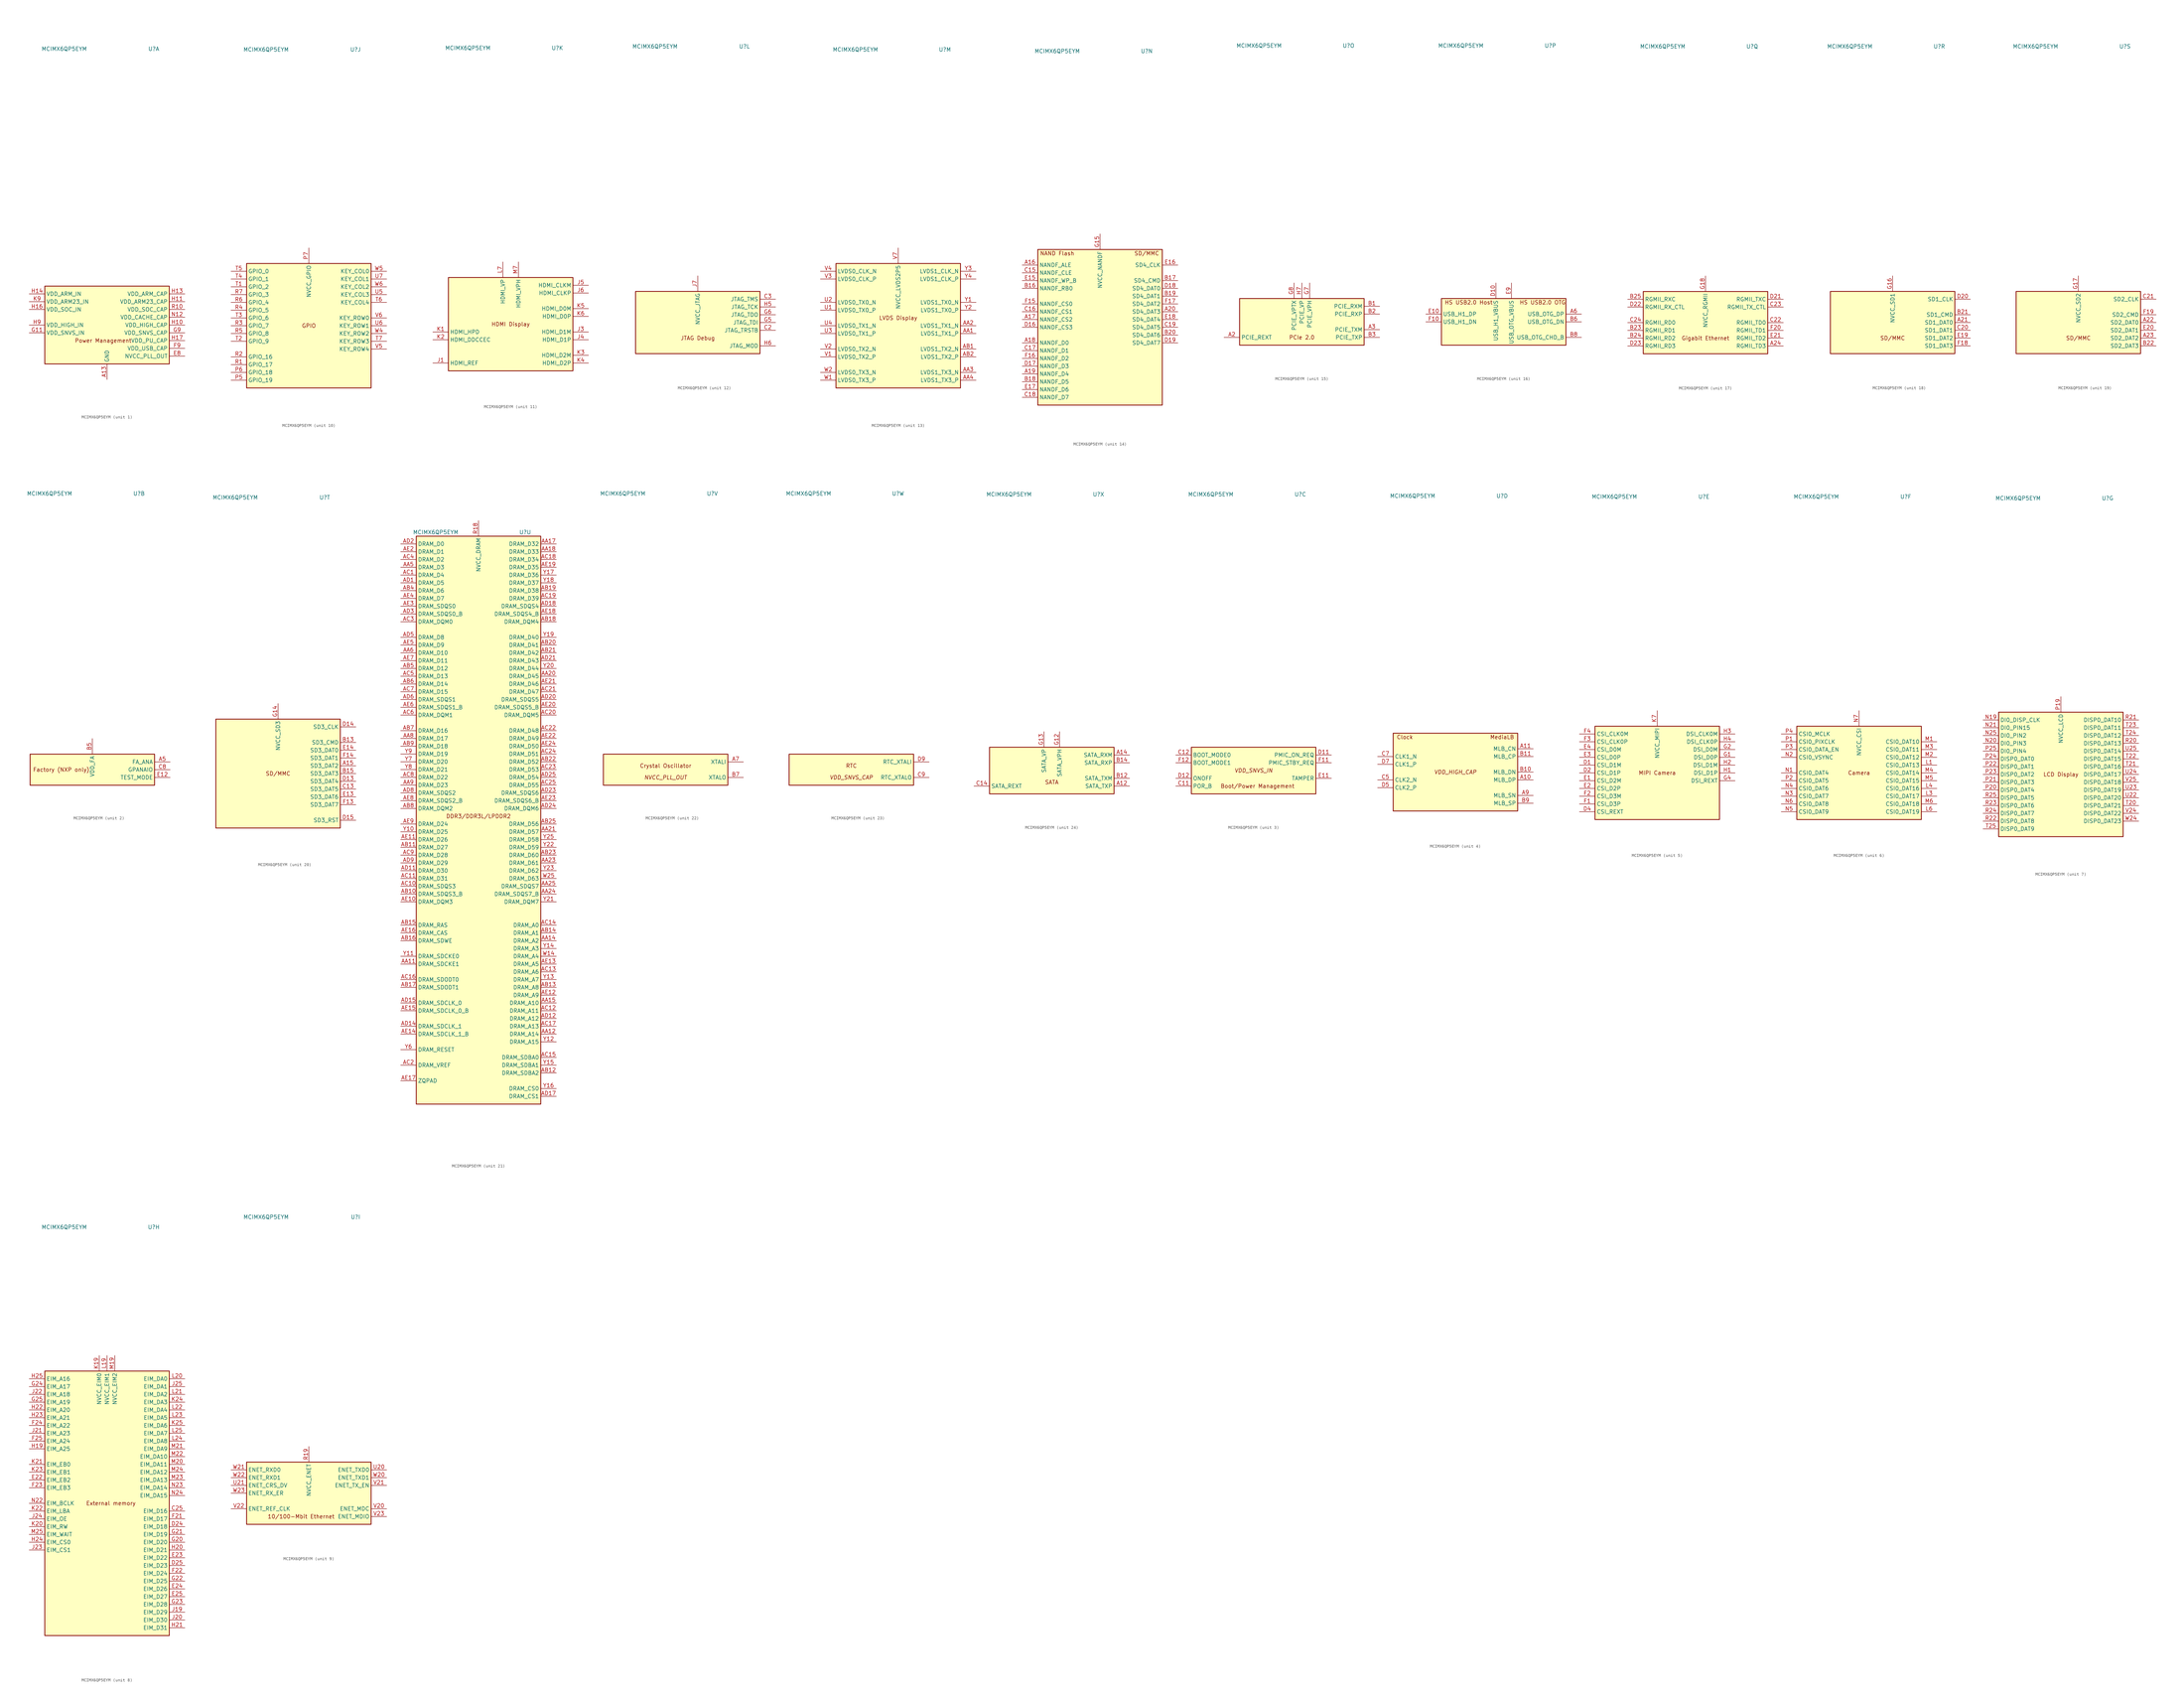
<source format=kicad_sym>
(kicad_symbol_lib
  (version 20200908)
  (generator kicad_symbol_editor)
  (symbol "CPU_NXP_IMX:MCIMX6QP5EYM"
    (property "Reference" "U"
      (at 15.24 90.17 0)
      (effects (font (size 1.27 1.27))))
    (property "Value" "MCIMX6QP5EYM"
      (at -13.97 90.17 0)
      (effects (font (size 1.27 1.27))))
    (property "ki_locked" ""
      (at 0 0 0)
      (effects (font (size 1.27 1.27))))
    (symbol "MCIMX6QP5EYM_1_0"
      (text "Power Management" (at -1.27 -5.08 0) (effects (font (size 1.27 1.27)))))
    (symbol "MCIMX6QP5EYM_2_0"
      (text "Factory (NXP only)" (at -10.16 0 0) (effects (font (size 1.27 1.27)))))
    (symbol "MCIMX6QP5EYM_3_0"
      (text "Boot/Power Management" (at 1.27 -5.08 0) (effects (font (size 1.27 1.27)))))
    (symbol "MCIMX6QP5EYM_4_0"
      (text "Clock" (at -16.51 11.43 0) (effects (font (size 1.27 1.27))))
      (text "MediaLB" (at 15.24 11.43 0) (effects (font (size 1.27 1.27)))))
    (symbol "MCIMX6QP5EYM_5_0"
      (text "MIPI Camera" (at 0 0 0) (effects (font (size 1.27 1.27)))))
    (symbol "MCIMX6QP5EYM_6_0"
      (text "Camera" (at 0 0 0) (effects (font (size 1.27 1.27)))))
    (symbol "MCIMX6QP5EYM_7_0"
      (text "LCD Display" (at 0 0 0) (effects (font (size 1.27 1.27)))))
    (symbol "MCIMX6QP5EYM_8_0"
      (text "External memory" (at 1.27 0 0) (effects (font (size 1.27 1.27)))))
    (symbol "MCIMX6QP5EYM_9_0"
      (text "10/100-Mbit Ethernet" (at -2.54 -7.62 0) (effects (font (size 1.27 1.27)))))
    (symbol "MCIMX6QP5EYM_10_0"
      (text "GPIO" (at 0 0 0) (effects (font (size 1.27 1.27)))))
    (symbol "MCIMX6QP5EYM_11_0"
      (text "HDMI Display" (at 0 0 0) (effects (font (size 1.27 1.27)))))
    (symbol "MCIMX6QP5EYM_12_0"
      (text "JTAG Debug" (at 0 -5.08 0) (effects (font (size 1.27 1.27)))))
    (symbol "MCIMX6QP5EYM_13_0"
      (text "LVDS Display" (at 0 2.54 0) (effects (font (size 1.27 1.27)))))
    (symbol "MCIMX6QP5EYM_14_0"
      (text "NAND Flash" (at -13.97 24.13 0) (effects (font (size 1.27 1.27))))
      (text "SD/MMC" (at 15.24 24.13 0) (effects (font (size 1.27 1.27)))))
    (symbol "MCIMX6QP5EYM_15_0"
      (text "PCIe 2.0" (at 0 -5.08 0) (effects (font (size 1.27 1.27)))))
    (symbol "MCIMX6QP5EYM_16_0"
      (text "HS USB2.0 Host" (at -11.43 6.35 0) (effects (font (size 1.27 1.27))))
      (text "HS USB2.0 OTG" (at 12.7 6.35 0) (effects (font (size 1.27 1.27)))))
    (symbol "MCIMX6QP5EYM_17_0"
      (text "Gigabit Ethernet" (at 0 -5.08 0) (effects (font (size 1.27 1.27)))))
    (symbol "MCIMX6QP5EYM_18_0"
      (text "SD/MMC" (at 0 -5.08 0) (effects (font (size 1.27 1.27)))))
    (symbol "MCIMX6QP5EYM_19_0"
      (text "SD/MMC" (at 0 -5.08 0) (effects (font (size 1.27 1.27)))))
    (symbol "MCIMX6QP5EYM_20_0"
      (text "SD/MMC" (at 0 0 0) (effects (font (size 1.27 1.27)))))
    (symbol "MCIMX6QP5EYM_21_0"
      (text "DDR3/DDR3L/LPDDR2" (at 0 -2.54 0) (effects (font (size 1.27 1.27)))))
    (symbol "MCIMX6QP5EYM_22_0"
      (text "Crystal Oscillator" (at 0 1.27 0) (effects (font (size 1.27 1.27)))))
    (symbol "MCIMX6QP5EYM_23_0"
      (text "RTC" (at 0 1.27 0) (effects (font (size 1.27 1.27)))))
    (symbol "MCIMX6QP5EYM_24_0"
      (text "SATA" (at 0 -3.81 0) (effects (font (size 1.27 1.27)))))
    (symbol "MCIMX6QP5EYM_3_1"
      (text "VDD_SNVS_IN" (at 0 0 0) (effects (font (size 1.27 1.27) italic)))
      (rectangle (start -20.32 7.62) (end 20.32 -7.62) (stroke (width 0.254)) (fill (type background)))
      (pin input line (at -25.4 -5.08 0) (length 5.08) (name "POR_B" (effects (font (size 1.27 1.27)))) (number "C11" (effects (font (size 1.27 1.27)))))
      (pin input line (at -25.4 5.08 0) (length 5.08) (name "BOOT_MODE0" (effects (font (size 1.27 1.27)))) (number "C12" (effects (font (size 1.27 1.27)))))
      (pin output line (at 25.4 5.08 180) (length 5.08) (name "PMIC_ON_REQ" (effects (font (size 1.27 1.27)))) (number "D11" (effects (font (size 1.27 1.27)))))
      (pin input line (at -25.4 -2.54 0) (length 5.08) (name "ONOFF" (effects (font (size 1.27 1.27)))) (number "D12" (effects (font (size 1.27 1.27)))))
      (pin input line (at 25.4 -2.54 180) (length 5.08) (name "TAMPER" (effects (font (size 1.27 1.27)))) (number "E11" (effects (font (size 1.27 1.27)))))
      (pin output line (at 25.4 2.54 180) (length 5.08) (name "PMIC_STBY_REQ" (effects (font (size 1.27 1.27)))) (number "F11" (effects (font (size 1.27 1.27)))))
      (pin input line (at -25.4 2.54 0) (length 5.08) (name "BOOT_MODE1" (effects (font (size 1.27 1.27)))) (number "F12" (effects (font (size 1.27 1.27))))))
    (symbol "MCIMX6QP5EYM_4_1"
      (text "VDD_HIGH_CAP" (at 0 0 0) (effects (font (size 1.27 1.27) italic)))
      (rectangle (start -20.32 12.7) (end 20.32 -12.7) (stroke (width 0.254)) (fill (type background)))
      (pin bidirectional line (at 25.4 -2.54 180) (length 5.08) (name "MLB_DP" (effects (font (size 1.27 1.27)))) (number "A10" (effects (font (size 1.27 1.27)))))
      (pin input line (at 25.4 7.62 180) (length 5.08) (name "MLB_CN" (effects (font (size 1.27 1.27)))) (number "A11" (effects (font (size 1.27 1.27)))))
      (pin bidirectional line (at 25.4 -7.62 180) (length 5.08) (name "MLB_SN" (effects (font (size 1.27 1.27)))) (number "A9" (effects (font (size 1.27 1.27)))))
      (pin bidirectional line (at 25.4 0 180) (length 5.08) (name "MLB_DN" (effects (font (size 1.27 1.27)))) (number "B10" (effects (font (size 1.27 1.27)))))
      (pin input line (at 25.4 5.08 180) (length 5.08) (name "MLB_CP" (effects (font (size 1.27 1.27)))) (number "B11" (effects (font (size 1.27 1.27)))))
      (pin bidirectional line (at 25.4 -10.16 180) (length 5.08) (name "MLB_SP" (effects (font (size 1.27 1.27)))) (number "B9" (effects (font (size 1.27 1.27)))))
      (pin bidirectional line (at -25.4 -2.54 0) (length 5.08) (name "CLK2_N" (effects (font (size 1.27 1.27)))) (number "C5" (effects (font (size 1.27 1.27)))))
      (pin bidirectional line (at -25.4 5.08 0) (length 5.08) (name "CLK1_N" (effects (font (size 1.27 1.27)))) (number "C7" (effects (font (size 1.27 1.27)))))
      (pin bidirectional line (at -25.4 -5.08 0) (length 5.08) (name "CLK2_P" (effects (font (size 1.27 1.27)))) (number "D5" (effects (font (size 1.27 1.27)))))
      (pin bidirectional line (at -25.4 2.54 0) (length 5.08) (name "CLK1_P" (effects (font (size 1.27 1.27)))) (number "D7" (effects (font (size 1.27 1.27))))))
    (symbol "MCIMX6QP5EYM_22_1"
      (text "NVCC_PLL_OUT" (at 0 -2.54 0) (effects (font (size 1.27 1.27) italic)))
      (rectangle (start -20.32 5.08) (end 20.32 -5.08) (stroke (width 0.254)) (fill (type background)))
      (pin input line (at 25.4 2.54 180) (length 5.08) (name "XTALI" (effects (font (size 1.27 1.27)))) (number "A7" (effects (font (size 1.27 1.27)))))
      (pin output line (at 25.4 -2.54 180) (length 5.08) (name "XTALO" (effects (font (size 1.27 1.27)))) (number "B7" (effects (font (size 1.27 1.27))))))
    (symbol "MCIMX6QP5EYM_23_1"
      (text "VDD_SNVS_CAP" (at 0 -2.54 0) (effects (font (size 1.27 1.27) italic)))
      (rectangle (start -20.32 5.08) (end 20.32 -5.08) (stroke (width 0.254)) (fill (type background)))
      (pin output line (at 25.4 -2.54 180) (length 5.08) (name "RTC_XTALO" (effects (font (size 1.27 1.27)))) (number "C9" (effects (font (size 1.27 1.27)))))
      (pin input line (at 25.4 2.54 180) (length 5.08) (name "RTC_XTALI" (effects (font (size 1.27 1.27)))) (number "D9" (effects (font (size 1.27 1.27))))))
    (symbol "MCIMX6QP5EYM_1_1"
      (rectangle (start -20.32 12.7) (end 20.32 -12.7) (stroke (width 0.254)) (fill (type background)))
      (pin power_in line (at 0 -17.78 90) (length 5.08) (name "GND" (effects (font (size 1.27 1.27)))) (number "A13" (effects (font (size 1.27 1.27)))))
      (pin passive line (at 0 -17.78 90) (length 5.08) hide (name "GND" (effects (font (size 1.27 1.27)))) (number "A25" (effects (font (size 1.27 1.27)))))
      (pin passive line (at 0 -17.78 90) (length 5.08) hide (name "GND" (effects (font (size 1.27 1.27)))) (number "A4" (effects (font (size 1.27 1.27)))))
      (pin passive line (at 0 -17.78 90) (length 5.08) hide (name "GND" (effects (font (size 1.27 1.27)))) (number "A8" (effects (font (size 1.27 1.27)))))
      (pin passive line (at 0 -17.78 90) (length 5.08) hide (name "GND" (effects (font (size 1.27 1.27)))) (number "AA10" (effects (font (size 1.27 1.27)))))
      (pin passive line (at 0 -17.78 90) (length 5.08) hide (name "GND" (effects (font (size 1.27 1.27)))) (number "AA13" (effects (font (size 1.27 1.27)))))
      (pin passive line (at 0 -17.78 90) (length 5.08) hide (name "GND" (effects (font (size 1.27 1.27)))) (number "AA16" (effects (font (size 1.27 1.27)))))
      (pin passive line (at 0 -17.78 90) (length 5.08) hide (name "GND" (effects (font (size 1.27 1.27)))) (number "AA19" (effects (font (size 1.27 1.27)))))
      (pin passive line (at 0 -17.78 90) (length 5.08) hide (name "GND" (effects (font (size 1.27 1.27)))) (number "AA22" (effects (font (size 1.27 1.27)))))
      (pin passive line (at 0 -17.78 90) (length 5.08) hide (name "GND" (effects (font (size 1.27 1.27)))) (number "AA7" (effects (font (size 1.27 1.27)))))
      (pin passive line (at 0 -17.78 90) (length 5.08) hide (name "GND" (effects (font (size 1.27 1.27)))) (number "AB24" (effects (font (size 1.27 1.27)))))
      (pin passive line (at 0 -17.78 90) (length 5.08) hide (name "GND" (effects (font (size 1.27 1.27)))) (number "AB3" (effects (font (size 1.27 1.27)))))
      (pin passive line (at 0 -17.78 90) (length 5.08) hide (name "GND" (effects (font (size 1.27 1.27)))) (number "AD10" (effects (font (size 1.27 1.27)))))
      (pin passive line (at 0 -17.78 90) (length 5.08) hide (name "GND" (effects (font (size 1.27 1.27)))) (number "AD13" (effects (font (size 1.27 1.27)))))
      (pin passive line (at 0 -17.78 90) (length 5.08) hide (name "GND" (effects (font (size 1.27 1.27)))) (number "AD16" (effects (font (size 1.27 1.27)))))
      (pin passive line (at 0 -17.78 90) (length 5.08) hide (name "GND" (effects (font (size 1.27 1.27)))) (number "AD19" (effects (font (size 1.27 1.27)))))
      (pin passive line (at 0 -17.78 90) (length 5.08) hide (name "GND" (effects (font (size 1.27 1.27)))) (number "AD22" (effects (font (size 1.27 1.27)))))
      (pin passive line (at 0 -17.78 90) (length 5.08) hide (name "GND" (effects (font (size 1.27 1.27)))) (number "AD4" (effects (font (size 1.27 1.27)))))
      (pin passive line (at 0 -17.78 90) (length 5.08) hide (name "GND" (effects (font (size 1.27 1.27)))) (number "AD7" (effects (font (size 1.27 1.27)))))
      (pin passive line (at 0 -17.78 90) (length 5.08) hide (name "GND" (effects (font (size 1.27 1.27)))) (number "AE1" (effects (font (size 1.27 1.27)))))
      (pin passive line (at 0 -17.78 90) (length 5.08) hide (name "GND" (effects (font (size 1.27 1.27)))) (number "AE25" (effects (font (size 1.27 1.27)))))
      (pin passive line (at 0 -17.78 90) (length 5.08) hide (name "GND" (effects (font (size 1.27 1.27)))) (number "B4" (effects (font (size 1.27 1.27)))))
      (pin passive line (at 0 -17.78 90) (length 5.08) hide (name "GND" (effects (font (size 1.27 1.27)))) (number "C1" (effects (font (size 1.27 1.27)))))
      (pin passive line (at 0 -17.78 90) (length 5.08) hide (name "GND" (effects (font (size 1.27 1.27)))) (number "C10" (effects (font (size 1.27 1.27)))))
      (pin passive line (at 0 -17.78 90) (length 5.08) hide (name "GND" (effects (font (size 1.27 1.27)))) (number "C4" (effects (font (size 1.27 1.27)))))
      (pin passive line (at 0 -17.78 90) (length 5.08) hide (name "GND" (effects (font (size 1.27 1.27)))) (number "C6" (effects (font (size 1.27 1.27)))))
      (pin passive line (at 0 -17.78 90) (length 5.08) hide (name "GND" (effects (font (size 1.27 1.27)))) (number "D3" (effects (font (size 1.27 1.27)))))
      (pin passive line (at 0 -17.78 90) (length 5.08) hide (name "GND" (effects (font (size 1.27 1.27)))) (number "D6" (effects (font (size 1.27 1.27)))))
      (pin passive line (at 0 -17.78 90) (length 5.08) hide (name "GND" (effects (font (size 1.27 1.27)))) (number "D8" (effects (font (size 1.27 1.27)))))
      (pin passive line (at 0 -17.78 90) (length 5.08) hide (name "GND" (effects (font (size 1.27 1.27)))) (number "E5" (effects (font (size 1.27 1.27)))))
      (pin passive line (at 0 -17.78 90) (length 5.08) hide (name "GND" (effects (font (size 1.27 1.27)))) (number "E6" (effects (font (size 1.27 1.27)))))
      (pin passive line (at 0 -17.78 90) (length 5.08) hide (name "GND" (effects (font (size 1.27 1.27)))) (number "E7" (effects (font (size 1.27 1.27)))))
      (pin power_out line (at 25.4 -10.16 180) (length 5.08) (name "NVCC_PLL_OUT" (effects (font (size 1.27 1.27)))) (number "E8" (effects (font (size 1.27 1.27)))))
      (pin passive line (at 0 -17.78 90) (length 5.08) hide (name "GND" (effects (font (size 1.27 1.27)))) (number "F5" (effects (font (size 1.27 1.27)))))
      (pin passive line (at 0 -17.78 90) (length 5.08) hide (name "GND" (effects (font (size 1.27 1.27)))) (number "F6" (effects (font (size 1.27 1.27)))))
      (pin passive line (at 0 -17.78 90) (length 5.08) hide (name "GND" (effects (font (size 1.27 1.27)))) (number "F7" (effects (font (size 1.27 1.27)))))
      (pin passive line (at 0 -17.78 90) (length 5.08) hide (name "GND" (effects (font (size 1.27 1.27)))) (number "F8" (effects (font (size 1.27 1.27)))))
      (pin power_out line (at 25.4 -7.62 180) (length 5.08) (name "VDD_USB_CAP" (effects (font (size 1.27 1.27)))) (number "F9" (effects (font (size 1.27 1.27)))))
      (pin passive line (at 0 -17.78 90) (length 5.08) hide (name "GND" (effects (font (size 1.27 1.27)))) (number "G10" (effects (font (size 1.27 1.27)))))
      (pin power_in line (at -25.4 -2.54 0) (length 5.08) (name "VDD_SNVS_IN" (effects (font (size 1.27 1.27)))) (number "G11" (effects (font (size 1.27 1.27)))))
      (pin passive line (at 0 -17.78 90) (length 5.08) hide (name "GND" (effects (font (size 1.27 1.27)))) (number "G19" (effects (font (size 1.27 1.27)))))
      (pin passive line (at 0 -17.78 90) (length 5.08) hide (name "GND" (effects (font (size 1.27 1.27)))) (number "G3" (effects (font (size 1.27 1.27)))))
      (pin power_out line (at 25.4 -2.54 180) (length 5.08) (name "VDD_SNVS_CAP" (effects (font (size 1.27 1.27)))) (number "G9" (effects (font (size 1.27 1.27)))))
      (pin power_out line (at 25.4 0 180) (length 5.08) (name "VDD_HIGH_CAP" (effects (font (size 1.27 1.27)))) (number "H10" (effects (font (size 1.27 1.27)))))
      (pin power_out line (at 25.4 7.62 180) (length 5.08) (name "VDD_ARM23_CAP" (effects (font (size 1.27 1.27)))) (number "H11" (effects (font (size 1.27 1.27)))))
      (pin passive line (at 0 -17.78 90) (length 5.08) hide (name "GND" (effects (font (size 1.27 1.27)))) (number "H12" (effects (font (size 1.27 1.27)))))
      (pin power_out line (at 25.4 10.16 180) (length 5.08) (name "VDD_ARM_CAP" (effects (font (size 1.27 1.27)))) (number "H13" (effects (font (size 1.27 1.27)))))
      (pin power_in line (at -25.4 10.16 0) (length 5.08) (name "VDD_ARM_IN" (effects (font (size 1.27 1.27)))) (number "H14" (effects (font (size 1.27 1.27)))))
      (pin passive line (at 0 -17.78 90) (length 5.08) hide (name "GND" (effects (font (size 1.27 1.27)))) (number "H15" (effects (font (size 1.27 1.27)))))
      (pin power_in line (at -25.4 5.08 0) (length 5.08) (name "VDD_SOC_IN" (effects (font (size 1.27 1.27)))) (number "H16" (effects (font (size 1.27 1.27)))))
      (pin power_out line (at 25.4 -5.08 180) (length 5.08) (name "VDD_PU_CAP" (effects (font (size 1.27 1.27)))) (number "H17" (effects (font (size 1.27 1.27)))))
      (pin passive line (at 0 -17.78 90) (length 5.08) hide (name "GND" (effects (font (size 1.27 1.27)))) (number "H18" (effects (font (size 1.27 1.27)))))
      (pin passive line (at 0 -17.78 90) (length 5.08) hide (name "GND" (effects (font (size 1.27 1.27)))) (number "H8" (effects (font (size 1.27 1.27)))))
      (pin power_in line (at -25.4 0 0) (length 5.08) (name "VDD_HIGH_IN" (effects (font (size 1.27 1.27)))) (number "H9" (effects (font (size 1.27 1.27)))))
      (pin passive line (at 25.4 0 180) (length 5.08) hide (name "VDD_HIGH_CAP" (effects (font (size 1.27 1.27)))) (number "J10" (effects (font (size 1.27 1.27)))))
      (pin passive line (at 25.4 7.62 180) (length 5.08) hide (name "VDD_ARM23_CAP" (effects (font (size 1.27 1.27)))) (number "J11" (effects (font (size 1.27 1.27)))))
      (pin passive line (at 0 -17.78 90) (length 5.08) hide (name "GND" (effects (font (size 1.27 1.27)))) (number "J12" (effects (font (size 1.27 1.27)))))
      (pin passive line (at 25.4 10.16 180) (length 5.08) hide (name "VDD_ARM_CAP" (effects (font (size 1.27 1.27)))) (number "J13" (effects (font (size 1.27 1.27)))))
      (pin passive line (at -25.4 10.16 0) (length 5.08) hide (name "VDD_ARM_IN" (effects (font (size 1.27 1.27)))) (number "J14" (effects (font (size 1.27 1.27)))))
      (pin passive line (at 0 -17.78 90) (length 5.08) hide (name "GND" (effects (font (size 1.27 1.27)))) (number "J15" (effects (font (size 1.27 1.27)))))
      (pin passive line (at -25.4 5.08 0) (length 5.08) hide (name "VDD_SOC_IN" (effects (font (size 1.27 1.27)))) (number "J16" (effects (font (size 1.27 1.27)))))
      (pin passive line (at 25.4 -5.08 180) (length 5.08) hide (name "VDD_PU_CAP" (effects (font (size 1.27 1.27)))) (number "J17" (effects (font (size 1.27 1.27)))))
      (pin passive line (at 0 -17.78 90) (length 5.08) hide (name "GND" (effects (font (size 1.27 1.27)))) (number "J18" (effects (font (size 1.27 1.27)))))
      (pin passive line (at 0 -17.78 90) (length 5.08) hide (name "GND" (effects (font (size 1.27 1.27)))) (number "J2" (effects (font (size 1.27 1.27)))))
      (pin passive line (at 0 -17.78 90) (length 5.08) hide (name "GND" (effects (font (size 1.27 1.27)))) (number "J8" (effects (font (size 1.27 1.27)))))
      (pin passive line (at -25.4 0 0) (length 5.08) hide (name "VDD_HIGH_IN" (effects (font (size 1.27 1.27)))) (number "J9" (effects (font (size 1.27 1.27)))))
      (pin passive line (at 0 -17.78 90) (length 5.08) hide (name "GND" (effects (font (size 1.27 1.27)))) (number "K10" (effects (font (size 1.27 1.27)))))
      (pin passive line (at 25.4 7.62 180) (length 5.08) hide (name "VDD_ARM23_CAP" (effects (font (size 1.27 1.27)))) (number "K11" (effects (font (size 1.27 1.27)))))
      (pin passive line (at 0 -17.78 90) (length 5.08) hide (name "GND" (effects (font (size 1.27 1.27)))) (number "K12" (effects (font (size 1.27 1.27)))))
      (pin passive line (at 25.4 10.16 180) (length 5.08) hide (name "VDD_ARM_CAP" (effects (font (size 1.27 1.27)))) (number "K13" (effects (font (size 1.27 1.27)))))
      (pin passive line (at -25.4 10.16 0) (length 5.08) hide (name "VDD_ARM_IN" (effects (font (size 1.27 1.27)))) (number "K14" (effects (font (size 1.27 1.27)))))
      (pin passive line (at 0 -17.78 90) (length 5.08) hide (name "GND" (effects (font (size 1.27 1.27)))) (number "K15" (effects (font (size 1.27 1.27)))))
      (pin passive line (at -25.4 5.08 0) (length 5.08) hide (name "VDD_SOC_IN" (effects (font (size 1.27 1.27)))) (number "K16" (effects (font (size 1.27 1.27)))))
      (pin passive line (at 25.4 -5.08 180) (length 5.08) hide (name "VDD_PU_CAP" (effects (font (size 1.27 1.27)))) (number "K17" (effects (font (size 1.27 1.27)))))
      (pin passive line (at 0 -17.78 90) (length 5.08) hide (name "GND" (effects (font (size 1.27 1.27)))) (number "K18" (effects (font (size 1.27 1.27)))))
      (pin passive line (at 0 -17.78 90) (length 5.08) hide (name "GND" (effects (font (size 1.27 1.27)))) (number "K8" (effects (font (size 1.27 1.27)))))
      (pin power_in line (at -25.4 7.62 0) (length 5.08) (name "VDD_ARM23_IN" (effects (font (size 1.27 1.27)))) (number "K9" (effects (font (size 1.27 1.27)))))
      (pin passive line (at 0 -17.78 90) (length 5.08) hide (name "GND" (effects (font (size 1.27 1.27)))) (number "L10" (effects (font (size 1.27 1.27)))))
      (pin passive line (at 25.4 7.62 180) (length 5.08) hide (name "VDD_ARM23_CAP" (effects (font (size 1.27 1.27)))) (number "L11" (effects (font (size 1.27 1.27)))))
      (pin passive line (at 0 -17.78 90) (length 5.08) hide (name "GND" (effects (font (size 1.27 1.27)))) (number "L12" (effects (font (size 1.27 1.27)))))
      (pin passive line (at 25.4 10.16 180) (length 5.08) hide (name "VDD_ARM_CAP" (effects (font (size 1.27 1.27)))) (number "L13" (effects (font (size 1.27 1.27)))))
      (pin passive line (at -25.4 10.16 0) (length 5.08) hide (name "VDD_ARM_IN" (effects (font (size 1.27 1.27)))) (number "L14" (effects (font (size 1.27 1.27)))))
      (pin passive line (at 0 -17.78 90) (length 5.08) hide (name "GND" (effects (font (size 1.27 1.27)))) (number "L15" (effects (font (size 1.27 1.27)))))
      (pin passive line (at -25.4 5.08 0) (length 5.08) hide (name "VDD_SOC_IN" (effects (font (size 1.27 1.27)))) (number "L16" (effects (font (size 1.27 1.27)))))
      (pin passive line (at 25.4 -5.08 180) (length 5.08) hide (name "VDD_PU_CAP" (effects (font (size 1.27 1.27)))) (number "L17" (effects (font (size 1.27 1.27)))))
      (pin passive line (at 0 -17.78 90) (length 5.08) hide (name "GND" (effects (font (size 1.27 1.27)))) (number "L18" (effects (font (size 1.27 1.27)))))
      (pin passive line (at 0 -17.78 90) (length 5.08) hide (name "GND" (effects (font (size 1.27 1.27)))) (number "L2" (effects (font (size 1.27 1.27)))))
      (pin passive line (at 0 -17.78 90) (length 5.08) hide (name "GND" (effects (font (size 1.27 1.27)))) (number "L5" (effects (font (size 1.27 1.27)))))
      (pin passive line (at 0 -17.78 90) (length 5.08) hide (name "GND" (effects (font (size 1.27 1.27)))) (number "L8" (effects (font (size 1.27 1.27)))))
      (pin passive line (at -25.4 7.62 0) (length 5.08) hide (name "VDD_ARM23_IN" (effects (font (size 1.27 1.27)))) (number "L9" (effects (font (size 1.27 1.27)))))
      (pin passive line (at 0 -17.78 90) (length 5.08) hide (name "GND" (effects (font (size 1.27 1.27)))) (number "M10" (effects (font (size 1.27 1.27)))))
      (pin passive line (at 25.4 7.62 180) (length 5.08) hide (name "VDD_ARM23_CAP" (effects (font (size 1.27 1.27)))) (number "M11" (effects (font (size 1.27 1.27)))))
      (pin passive line (at 0 -17.78 90) (length 5.08) hide (name "GND" (effects (font (size 1.27 1.27)))) (number "M12" (effects (font (size 1.27 1.27)))))
      (pin passive line (at 25.4 10.16 180) (length 5.08) hide (name "VDD_ARM_CAP" (effects (font (size 1.27 1.27)))) (number "M13" (effects (font (size 1.27 1.27)))))
      (pin passive line (at -25.4 10.16 0) (length 5.08) hide (name "VDD_ARM_IN" (effects (font (size 1.27 1.27)))) (number "M14" (effects (font (size 1.27 1.27)))))
      (pin passive line (at 0 -17.78 90) (length 5.08) hide (name "GND" (effects (font (size 1.27 1.27)))) (number "M15" (effects (font (size 1.27 1.27)))))
      (pin passive line (at -25.4 5.08 0) (length 5.08) hide (name "VDD_SOC_IN" (effects (font (size 1.27 1.27)))) (number "M16" (effects (font (size 1.27 1.27)))))
      (pin passive line (at 25.4 -5.08 180) (length 5.08) hide (name "VDD_PU_CAP" (effects (font (size 1.27 1.27)))) (number "M17" (effects (font (size 1.27 1.27)))))
      (pin passive line (at 0 -17.78 90) (length 5.08) hide (name "GND" (effects (font (size 1.27 1.27)))) (number "M18" (effects (font (size 1.27 1.27)))))
      (pin passive line (at 0 -17.78 90) (length 5.08) hide (name "GND" (effects (font (size 1.27 1.27)))) (number "M8" (effects (font (size 1.27 1.27)))))
      (pin passive line (at -25.4 7.62 0) (length 5.08) hide (name "VDD_ARM23_IN" (effects (font (size 1.27 1.27)))) (number "M9" (effects (font (size 1.27 1.27)))))
      (pin passive line (at 0 -17.78 90) (length 5.08) hide (name "GND" (effects (font (size 1.27 1.27)))) (number "N10" (effects (font (size 1.27 1.27)))))
      (pin passive line (at 25.4 7.62 180) (length 5.08) hide (name "VDD_ARM23_CAP" (effects (font (size 1.27 1.27)))) (number "N11" (effects (font (size 1.27 1.27)))))
      (pin power_in line (at 25.4 2.54 180) (length 5.08) (name "VDD_CACHE_CAP" (effects (font (size 1.27 1.27)))) (number "N12" (effects (font (size 1.27 1.27)))))
      (pin passive line (at 25.4 10.16 180) (length 5.08) hide (name "VDD_ARM_CAP" (effects (font (size 1.27 1.27)))) (number "N13" (effects (font (size 1.27 1.27)))))
      (pin passive line (at -25.4 10.16 0) (length 5.08) hide (name "VDD_ARM_IN" (effects (font (size 1.27 1.27)))) (number "N14" (effects (font (size 1.27 1.27)))))
      (pin passive line (at 0 -17.78 90) (length 5.08) hide (name "GND" (effects (font (size 1.27 1.27)))) (number "N15" (effects (font (size 1.27 1.27)))))
      (pin passive line (at -25.4 5.08 0) (length 5.08) hide (name "VDD_SOC_IN" (effects (font (size 1.27 1.27)))) (number "N16" (effects (font (size 1.27 1.27)))))
      (pin passive line (at 25.4 -5.08 180) (length 5.08) hide (name "VDD_PU_CAP" (effects (font (size 1.27 1.27)))) (number "N17" (effects (font (size 1.27 1.27)))))
      (pin passive line (at 0 -17.78 90) (length 5.08) hide (name "GND" (effects (font (size 1.27 1.27)))) (number "N18" (effects (font (size 1.27 1.27)))))
      (pin passive line (at 0 -17.78 90) (length 5.08) hide (name "GND" (effects (font (size 1.27 1.27)))) (number "N8" (effects (font (size 1.27 1.27)))))
      (pin passive line (at -25.4 7.62 0) (length 5.08) hide (name "VDD_ARM23_IN" (effects (font (size 1.27 1.27)))) (number "N9" (effects (font (size 1.27 1.27)))))
      (pin passive line (at 0 -17.78 90) (length 5.08) hide (name "GND" (effects (font (size 1.27 1.27)))) (number "P10" (effects (font (size 1.27 1.27)))))
      (pin passive line (at 25.4 7.62 180) (length 5.08) hide (name "VDD_ARM23_CAP" (effects (font (size 1.27 1.27)))) (number "P11" (effects (font (size 1.27 1.27)))))
      (pin passive line (at 0 -17.78 90) (length 5.08) hide (name "GND" (effects (font (size 1.27 1.27)))) (number "P12" (effects (font (size 1.27 1.27)))))
      (pin passive line (at 25.4 10.16 180) (length 5.08) hide (name "VDD_ARM_CAP" (effects (font (size 1.27 1.27)))) (number "P13" (effects (font (size 1.27 1.27)))))
      (pin passive line (at -25.4 10.16 0) (length 5.08) hide (name "VDD_ARM_IN" (effects (font (size 1.27 1.27)))) (number "P14" (effects (font (size 1.27 1.27)))))
      (pin passive line (at 0 -17.78 90) (length 5.08) hide (name "GND" (effects (font (size 1.27 1.27)))) (number "P15" (effects (font (size 1.27 1.27)))))
      (pin passive line (at -25.4 5.08 0) (length 5.08) hide (name "VDD_SOC_IN" (effects (font (size 1.27 1.27)))) (number "P16" (effects (font (size 1.27 1.27)))))
      (pin passive line (at 25.4 -5.08 180) (length 5.08) hide (name "VDD_PU_CAP" (effects (font (size 1.27 1.27)))) (number "P17" (effects (font (size 1.27 1.27)))))
      (pin passive line (at 0 -17.78 90) (length 5.08) hide (name "GND" (effects (font (size 1.27 1.27)))) (number "P18" (effects (font (size 1.27 1.27)))))
      (pin passive line (at 0 -17.78 90) (length 5.08) hide (name "GND" (effects (font (size 1.27 1.27)))) (number "P8" (effects (font (size 1.27 1.27)))))
      (pin passive line (at -25.4 7.62 0) (length 5.08) hide (name "VDD_ARM23_IN" (effects (font (size 1.27 1.27)))) (number "P9" (effects (font (size 1.27 1.27)))))
      (pin power_out line (at 25.4 5.08 180) (length 5.08) (name "VDD_SOC_CAP" (effects (font (size 1.27 1.27)))) (number "R10" (effects (font (size 1.27 1.27)))))
      (pin passive line (at 25.4 7.62 180) (length 5.08) hide (name "VDD_ARM23_CAP" (effects (font (size 1.27 1.27)))) (number "R11" (effects (font (size 1.27 1.27)))))
      (pin passive line (at 0 -17.78 90) (length 5.08) hide (name "GND" (effects (font (size 1.27 1.27)))) (number "R12" (effects (font (size 1.27 1.27)))))
      (pin passive line (at 25.4 10.16 180) (length 5.08) hide (name "VDD_ARM_CAP" (effects (font (size 1.27 1.27)))) (number "R13" (effects (font (size 1.27 1.27)))))
      (pin passive line (at -25.4 10.16 0) (length 5.08) hide (name "VDD_ARM_IN" (effects (font (size 1.27 1.27)))) (number "R14" (effects (font (size 1.27 1.27)))))
      (pin passive line (at 0 -17.78 90) (length 5.08) hide (name "GND" (effects (font (size 1.27 1.27)))) (number "R15" (effects (font (size 1.27 1.27)))))
      (pin passive line (at -25.4 5.08 0) (length 5.08) hide (name "VDD_SOC_IN" (effects (font (size 1.27 1.27)))) (number "R16" (effects (font (size 1.27 1.27)))))
      (pin passive line (at 0 -17.78 90) (length 5.08) hide (name "GND" (effects (font (size 1.27 1.27)))) (number "R17" (effects (font (size 1.27 1.27)))))
      (pin passive line (at 0 -17.78 90) (length 5.08) hide (name "GND" (effects (font (size 1.27 1.27)))) (number "R8" (effects (font (size 1.27 1.27)))))
      (pin passive line (at -25.4 7.62 0) (length 5.08) hide (name "VDD_ARM23_IN" (effects (font (size 1.27 1.27)))) (number "R9" (effects (font (size 1.27 1.27)))))
      (pin passive line (at 25.4 5.08 180) (length 5.08) hide (name "VDD_SOC_CAP" (effects (font (size 1.27 1.27)))) (number "T10" (effects (font (size 1.27 1.27)))))
      (pin passive line (at 0 -17.78 90) (length 5.08) hide (name "GND" (effects (font (size 1.27 1.27)))) (number "T11" (effects (font (size 1.27 1.27)))))
      (pin passive line (at 0 -17.78 90) (length 5.08) hide (name "GND" (effects (font (size 1.27 1.27)))) (number "T12" (effects (font (size 1.27 1.27)))))
      (pin passive line (at 25.4 5.08 180) (length 5.08) hide (name "VDD_SOC_CAP" (effects (font (size 1.27 1.27)))) (number "T13" (effects (font (size 1.27 1.27)))))
      (pin passive line (at 25.4 5.08 180) (length 5.08) hide (name "VDD_SOC_CAP" (effects (font (size 1.27 1.27)))) (number "T14" (effects (font (size 1.27 1.27)))))
      (pin passive line (at 0 -17.78 90) (length 5.08) hide (name "GND" (effects (font (size 1.27 1.27)))) (number "T15" (effects (font (size 1.27 1.27)))))
      (pin passive line (at -25.4 5.08 0) (length 5.08) hide (name "VDD_SOC_IN" (effects (font (size 1.27 1.27)))) (number "T16" (effects (font (size 1.27 1.27)))))
      (pin passive line (at 0 -17.78 90) (length 5.08) hide (name "GND" (effects (font (size 1.27 1.27)))) (number "T17" (effects (font (size 1.27 1.27)))))
      (pin passive line (at 0 -17.78 90) (length 5.08) hide (name "GND" (effects (font (size 1.27 1.27)))) (number "T19" (effects (font (size 1.27 1.27)))))
      (pin passive line (at 0 -17.78 90) (length 5.08) hide (name "GND" (effects (font (size 1.27 1.27)))) (number "T8" (effects (font (size 1.27 1.27)))))
      (pin passive line (at -25.4 7.62 0) (length 5.08) hide (name "VDD_ARM23_IN" (effects (font (size 1.27 1.27)))) (number "T9" (effects (font (size 1.27 1.27)))))
      (pin passive line (at 25.4 5.08 180) (length 5.08) hide (name "VDD_SOC_CAP" (effects (font (size 1.27 1.27)))) (number "U10" (effects (font (size 1.27 1.27)))))
      (pin passive line (at 0 -17.78 90) (length 5.08) hide (name "GND" (effects (font (size 1.27 1.27)))) (number "U11" (effects (font (size 1.27 1.27)))))
      (pin passive line (at 0 -17.78 90) (length 5.08) hide (name "GND" (effects (font (size 1.27 1.27)))) (number "U12" (effects (font (size 1.27 1.27)))))
      (pin passive line (at 25.4 5.08 180) (length 5.08) hide (name "VDD_SOC_CAP" (effects (font (size 1.27 1.27)))) (number "U13" (effects (font (size 1.27 1.27)))))
      (pin passive line (at 25.4 5.08 180) (length 5.08) hide (name "VDD_SOC_CAP" (effects (font (size 1.27 1.27)))) (number "U14" (effects (font (size 1.27 1.27)))))
      (pin passive line (at 0 -17.78 90) (length 5.08) hide (name "GND" (effects (font (size 1.27 1.27)))) (number "U15" (effects (font (size 1.27 1.27)))))
      (pin passive line (at -25.4 5.08 0) (length 5.08) hide (name "VDD_SOC_IN" (effects (font (size 1.27 1.27)))) (number "U16" (effects (font (size 1.27 1.27)))))
      (pin passive line (at 0 -17.78 90) (length 5.08) hide (name "GND" (effects (font (size 1.27 1.27)))) (number "U17" (effects (font (size 1.27 1.27)))))
      (pin passive line (at 0 -17.78 90) (length 5.08) hide (name "GND" (effects (font (size 1.27 1.27)))) (number "U19" (effects (font (size 1.27 1.27)))))
      (pin passive line (at 0 -17.78 90) (length 5.08) hide (name "GND" (effects (font (size 1.27 1.27)))) (number "U8" (effects (font (size 1.27 1.27)))))
      (pin passive line (at -25.4 7.62 0) (length 5.08) hide (name "VDD_ARM23_IN" (effects (font (size 1.27 1.27)))) (number "U9" (effects (font (size 1.27 1.27)))))
      (pin passive line (at 0 -17.78 90) (length 5.08) hide (name "GND" (effects (font (size 1.27 1.27)))) (number "V19" (effects (font (size 1.27 1.27)))))
      (pin passive line (at 0 -17.78 90) (length 5.08) hide (name "GND" (effects (font (size 1.27 1.27)))) (number "V8" (effects (font (size 1.27 1.27)))))
      (pin passive line (at 0 -17.78 90) (length 5.08) hide (name "GND" (effects (font (size 1.27 1.27)))) (number "W10" (effects (font (size 1.27 1.27)))))
      (pin passive line (at 0 -17.78 90) (length 5.08) hide (name "GND" (effects (font (size 1.27 1.27)))) (number "W11" (effects (font (size 1.27 1.27)))))
      (pin passive line (at 0 -17.78 90) (length 5.08) hide (name "GND" (effects (font (size 1.27 1.27)))) (number "W12" (effects (font (size 1.27 1.27)))))
      (pin passive line (at 0 -17.78 90) (length 5.08) hide (name "GND" (effects (font (size 1.27 1.27)))) (number "W13" (effects (font (size 1.27 1.27)))))
      (pin passive line (at 0 -17.78 90) (length 5.08) hide (name "GND" (effects (font (size 1.27 1.27)))) (number "W15" (effects (font (size 1.27 1.27)))))
      (pin passive line (at 0 -17.78 90) (length 5.08) hide (name "GND" (effects (font (size 1.27 1.27)))) (number "W16" (effects (font (size 1.27 1.27)))))
      (pin passive line (at 0 -17.78 90) (length 5.08) hide (name "GND" (effects (font (size 1.27 1.27)))) (number "W17" (effects (font (size 1.27 1.27)))))
      (pin passive line (at 0 -17.78 90) (length 5.08) hide (name "GND" (effects (font (size 1.27 1.27)))) (number "W18" (effects (font (size 1.27 1.27)))))
      (pin passive line (at 0 -17.78 90) (length 5.08) hide (name "GND" (effects (font (size 1.27 1.27)))) (number "W19" (effects (font (size 1.27 1.27)))))
      (pin passive line (at 0 -17.78 90) (length 5.08) hide (name "GND" (effects (font (size 1.27 1.27)))) (number "W3" (effects (font (size 1.27 1.27)))))
      (pin passive line (at 0 -17.78 90) (length 5.08) hide (name "GND" (effects (font (size 1.27 1.27)))) (number "W7" (effects (font (size 1.27 1.27)))))
      (pin passive line (at 0 -17.78 90) (length 5.08) hide (name "GND" (effects (font (size 1.27 1.27)))) (number "W8" (effects (font (size 1.27 1.27)))))
      (pin passive line (at 0 -17.78 90) (length 5.08) hide (name "GND" (effects (font (size 1.27 1.27)))) (number "W9" (effects (font (size 1.27 1.27)))))
      (pin passive line (at 0 -17.78 90) (length 5.08) hide (name "GND" (effects (font (size 1.27 1.27)))) (number "Y24" (effects (font (size 1.27 1.27)))))
      (pin passive line (at 0 -17.78 90) (length 5.08) hide (name "GND" (effects (font (size 1.27 1.27)))) (number "Y5" (effects (font (size 1.27 1.27))))))
    (symbol "MCIMX6QP5EYM_2_1"
      (rectangle (start -20.32 5.08) (end 20.32 -5.08) (stroke (width 0.254)) (fill (type background)))
      (pin passive line (at 25.4 2.54 180) (length 5.08) (name "FA_ANA" (effects (font (size 1.27 1.27)))) (number "A5" (effects (font (size 1.27 1.27)))))
      (pin passive line (at 0 10.16 270) (length 5.08) (name "VDD_FA" (effects (font (size 1.27 1.27)))) (number "B5" (effects (font (size 1.27 1.27)))))
      (pin passive line (at 25.4 0 180) (length 5.08) (name "GPANAIO" (effects (font (size 1.27 1.27)))) (number "C8" (effects (font (size 1.27 1.27)))))
      (pin passive line (at 25.4 -2.54 180) (length 5.08) (name "TEST_MODE" (effects (font (size 1.27 1.27)))) (number "E12" (effects (font (size 1.27 1.27))))))
    (symbol "MCIMX6QP5EYM_5_1"
      (rectangle (start -20.32 15.24) (end 20.32 -15.24) (stroke (width 0.254)) (fill (type background)))
      (pin input line (at -25.4 2.54 0) (length 5.08) (name "CSI_D1M" (effects (font (size 1.27 1.27)))) (number "D1" (effects (font (size 1.27 1.27)))))
      (pin input line (at -25.4 0 0) (length 5.08) (name "CSI_D1P" (effects (font (size 1.27 1.27)))) (number "D2" (effects (font (size 1.27 1.27)))))
      (pin passive line (at -25.4 -12.7 0) (length 5.08) (name "CSI_REXT" (effects (font (size 1.27 1.27)))) (number "D4" (effects (font (size 1.27 1.27)))))
      (pin input line (at -25.4 -2.54 0) (length 5.08) (name "CSI_D2M" (effects (font (size 1.27 1.27)))) (number "E1" (effects (font (size 1.27 1.27)))))
      (pin input line (at -25.4 -5.08 0) (length 5.08) (name "CSI_D2P" (effects (font (size 1.27 1.27)))) (number "E2" (effects (font (size 1.27 1.27)))))
      (pin input line (at -25.4 5.08 0) (length 5.08) (name "CSI_D0P" (effects (font (size 1.27 1.27)))) (number "E3" (effects (font (size 1.27 1.27)))))
      (pin input line (at -25.4 7.62 0) (length 5.08) (name "CSI_D0M" (effects (font (size 1.27 1.27)))) (number "E4" (effects (font (size 1.27 1.27)))))
      (pin input line (at -25.4 -10.16 0) (length 5.08) (name "CSI_D3P" (effects (font (size 1.27 1.27)))) (number "F1" (effects (font (size 1.27 1.27)))))
      (pin input line (at -25.4 -7.62 0) (length 5.08) (name "CSI_D3M" (effects (font (size 1.27 1.27)))) (number "F2" (effects (font (size 1.27 1.27)))))
      (pin input line (at -25.4 10.16 0) (length 5.08) (name "CSI_CLK0P" (effects (font (size 1.27 1.27)))) (number "F3" (effects (font (size 1.27 1.27)))))
      (pin input line (at -25.4 12.7 0) (length 5.08) (name "CSI_CLK0M" (effects (font (size 1.27 1.27)))) (number "F4" (effects (font (size 1.27 1.27)))))
      (pin output line (at 25.4 5.08 180) (length 5.08) (name "DSI_D0P" (effects (font (size 1.27 1.27)))) (number "G1" (effects (font (size 1.27 1.27)))))
      (pin output line (at 25.4 7.62 180) (length 5.08) (name "DSI_D0M" (effects (font (size 1.27 1.27)))) (number "G2" (effects (font (size 1.27 1.27)))))
      (pin passive line (at 25.4 -2.54 180) (length 5.08) (name "DSI_REXT" (effects (font (size 1.27 1.27)))) (number "G4" (effects (font (size 1.27 1.27)))))
      (pin output line (at 25.4 0 180) (length 5.08) (name "DSI_D1P" (effects (font (size 1.27 1.27)))) (number "H1" (effects (font (size 1.27 1.27)))))
      (pin output line (at 25.4 2.54 180) (length 5.08) (name "DSI_D1M" (effects (font (size 1.27 1.27)))) (number "H2" (effects (font (size 1.27 1.27)))))
      (pin output line (at 25.4 12.7 180) (length 5.08) (name "DSI_CLK0M" (effects (font (size 1.27 1.27)))) (number "H3" (effects (font (size 1.27 1.27)))))
      (pin output line (at 25.4 10.16 180) (length 5.08) (name "DSI_CLK0P" (effects (font (size 1.27 1.27)))) (number "H4" (effects (font (size 1.27 1.27)))))
      (pin power_in line (at 0 20.32 270) (length 5.08) (name "NVCC_MIPI" (effects (font (size 1.27 1.27)))) (number "K7" (effects (font (size 1.27 1.27))))))
    (symbol "MCIMX6QP5EYM_6_1"
      (rectangle (start -20.32 15.24) (end 20.32 -15.24) (stroke (width 0.254)) (fill (type background)))
      (pin bidirectional line (at 25.4 2.54 180) (length 5.08) (name "CSI0_DAT13" (effects (font (size 1.27 1.27)))) (number "L1" (effects (font (size 1.27 1.27)))))
      (pin bidirectional line (at 25.4 -7.62 180) (length 5.08) (name "CSI0_DAT17" (effects (font (size 1.27 1.27)))) (number "L3" (effects (font (size 1.27 1.27)))))
      (pin bidirectional line (at 25.4 -5.08 180) (length 5.08) (name "CSI0_DAT16" (effects (font (size 1.27 1.27)))) (number "L4" (effects (font (size 1.27 1.27)))))
      (pin bidirectional line (at 25.4 -12.7 180) (length 5.08) (name "CSI0_DAT19" (effects (font (size 1.27 1.27)))) (number "L6" (effects (font (size 1.27 1.27)))))
      (pin bidirectional line (at 25.4 10.16 180) (length 5.08) (name "CSI0_DAT10" (effects (font (size 1.27 1.27)))) (number "M1" (effects (font (size 1.27 1.27)))))
      (pin bidirectional line (at 25.4 5.08 180) (length 5.08) (name "CSI0_DAT12" (effects (font (size 1.27 1.27)))) (number "M2" (effects (font (size 1.27 1.27)))))
      (pin bidirectional line (at 25.4 7.62 180) (length 5.08) (name "CSI0_DAT11" (effects (font (size 1.27 1.27)))) (number "M3" (effects (font (size 1.27 1.27)))))
      (pin bidirectional line (at 25.4 0 180) (length 5.08) (name "CSI0_DAT14" (effects (font (size 1.27 1.27)))) (number "M4" (effects (font (size 1.27 1.27)))))
      (pin bidirectional line (at 25.4 -2.54 180) (length 5.08) (name "CSI0_DAT15" (effects (font (size 1.27 1.27)))) (number "M5" (effects (font (size 1.27 1.27)))))
      (pin bidirectional line (at 25.4 -10.16 180) (length 5.08) (name "CSI0_DAT18" (effects (font (size 1.27 1.27)))) (number "M6" (effects (font (size 1.27 1.27)))))
      (pin bidirectional line (at -25.4 0 0) (length 5.08) (name "CSI0_DAT4" (effects (font (size 1.27 1.27)))) (number "N1" (effects (font (size 1.27 1.27)))))
      (pin bidirectional line (at -25.4 5.08 0) (length 5.08) (name "CSI0_VSYNC" (effects (font (size 1.27 1.27)))) (number "N2" (effects (font (size 1.27 1.27)))))
      (pin bidirectional line (at -25.4 -7.62 0) (length 5.08) (name "CSI0_DAT7" (effects (font (size 1.27 1.27)))) (number "N3" (effects (font (size 1.27 1.27)))))
      (pin bidirectional line (at -25.4 -5.08 0) (length 5.08) (name "CSI0_DAT6" (effects (font (size 1.27 1.27)))) (number "N4" (effects (font (size 1.27 1.27)))))
      (pin bidirectional line (at -25.4 -12.7 0) (length 5.08) (name "CSI0_DAT9" (effects (font (size 1.27 1.27)))) (number "N5" (effects (font (size 1.27 1.27)))))
      (pin bidirectional line (at -25.4 -10.16 0) (length 5.08) (name "CSI0_DAT8" (effects (font (size 1.27 1.27)))) (number "N6" (effects (font (size 1.27 1.27)))))
      (pin power_in line (at 0 20.32 270) (length 5.08) (name "NVCC_CSI" (effects (font (size 1.27 1.27)))) (number "N7" (effects (font (size 1.27 1.27)))))
      (pin bidirectional line (at -25.4 10.16 0) (length 5.08) (name "CSI0_PIXCLK" (effects (font (size 1.27 1.27)))) (number "P1" (effects (font (size 1.27 1.27)))))
      (pin bidirectional line (at -25.4 -2.54 0) (length 5.08) (name "CSI0_DAT5" (effects (font (size 1.27 1.27)))) (number "P2" (effects (font (size 1.27 1.27)))))
      (pin bidirectional line (at -25.4 7.62 0) (length 5.08) (name "CSI0_DATA_EN" (effects (font (size 1.27 1.27)))) (number "P3" (effects (font (size 1.27 1.27)))))
      (pin bidirectional line (at -25.4 12.7 0) (length 5.08) (name "CSI0_MCLK" (effects (font (size 1.27 1.27)))) (number "P4" (effects (font (size 1.27 1.27))))))
    (symbol "MCIMX6QP5EYM_7_1"
      (rectangle (start -20.32 20.32) (end 20.32 -20.32) (stroke (width 0.254)) (fill (type background)))
      (pin bidirectional line (at -25.4 17.78 0) (length 5.08) (name "DI0_DISP_CLK" (effects (font (size 1.27 1.27)))) (number "N19" (effects (font (size 1.27 1.27)))))
      (pin bidirectional line (at -25.4 10.16 0) (length 5.08) (name "DI0_PIN3" (effects (font (size 1.27 1.27)))) (number "N20" (effects (font (size 1.27 1.27)))))
      (pin bidirectional line (at -25.4 15.24 0) (length 5.08) (name "DI0_PIN15" (effects (font (size 1.27 1.27)))) (number "N21" (effects (font (size 1.27 1.27)))))
      (pin bidirectional line (at -25.4 12.7 0) (length 5.08) (name "DI0_PIN2" (effects (font (size 1.27 1.27)))) (number "N25" (effects (font (size 1.27 1.27)))))
      (pin power_in line (at 0 25.4 270) (length 5.08) (name "NVCC_LCD" (effects (font (size 1.27 1.27)))) (number "P19" (effects (font (size 1.27 1.27)))))
      (pin bidirectional line (at -25.4 -5.08 0) (length 5.08) (name "DISP0_DAT4" (effects (font (size 1.27 1.27)))) (number "P20" (effects (font (size 1.27 1.27)))))
      (pin bidirectional line (at -25.4 -2.54 0) (length 5.08) (name "DISP0_DAT3" (effects (font (size 1.27 1.27)))) (number "P21" (effects (font (size 1.27 1.27)))))
      (pin bidirectional line (at -25.4 2.54 0) (length 5.08) (name "DISP0_DAT1" (effects (font (size 1.27 1.27)))) (number "P22" (effects (font (size 1.27 1.27)))))
      (pin bidirectional line (at -25.4 0 0) (length 5.08) (name "DISP0_DAT2" (effects (font (size 1.27 1.27)))) (number "P23" (effects (font (size 1.27 1.27)))))
      (pin bidirectional line (at -25.4 5.08 0) (length 5.08) (name "DISP0_DAT0" (effects (font (size 1.27 1.27)))) (number "P24" (effects (font (size 1.27 1.27)))))
      (pin bidirectional line (at -25.4 7.62 0) (length 5.08) (name "DI0_PIN4" (effects (font (size 1.27 1.27)))) (number "P25" (effects (font (size 1.27 1.27)))))
      (pin bidirectional line (at 25.4 10.16 180) (length 5.08) (name "DISP0_DAT13" (effects (font (size 1.27 1.27)))) (number "R20" (effects (font (size 1.27 1.27)))))
      (pin bidirectional line (at 25.4 17.78 180) (length 5.08) (name "DISP0_DAT10" (effects (font (size 1.27 1.27)))) (number "R21" (effects (font (size 1.27 1.27)))))
      (pin bidirectional line (at -25.4 -15.24 0) (length 5.08) (name "DISP0_DAT8" (effects (font (size 1.27 1.27)))) (number "R22" (effects (font (size 1.27 1.27)))))
      (pin bidirectional line (at -25.4 -10.16 0) (length 5.08) (name "DISP0_DAT6" (effects (font (size 1.27 1.27)))) (number "R23" (effects (font (size 1.27 1.27)))))
      (pin bidirectional line (at -25.4 -12.7 0) (length 5.08) (name "DISP0_DAT7" (effects (font (size 1.27 1.27)))) (number "R24" (effects (font (size 1.27 1.27)))))
      (pin bidirectional line (at -25.4 -7.62 0) (length 5.08) (name "DISP0_DAT5" (effects (font (size 1.27 1.27)))) (number "R25" (effects (font (size 1.27 1.27)))))
      (pin bidirectional line (at 25.4 -10.16 180) (length 5.08) (name "DISP0_DAT21" (effects (font (size 1.27 1.27)))) (number "T20" (effects (font (size 1.27 1.27)))))
      (pin bidirectional line (at 25.4 2.54 180) (length 5.08) (name "DISP0_DAT16" (effects (font (size 1.27 1.27)))) (number "T21" (effects (font (size 1.27 1.27)))))
      (pin bidirectional line (at 25.4 5.08 180) (length 5.08) (name "DISP0_DAT15" (effects (font (size 1.27 1.27)))) (number "T22" (effects (font (size 1.27 1.27)))))
      (pin bidirectional line (at 25.4 15.24 180) (length 5.08) (name "DISP0_DAT11" (effects (font (size 1.27 1.27)))) (number "T23" (effects (font (size 1.27 1.27)))))
      (pin bidirectional line (at 25.4 12.7 180) (length 5.08) (name "DISP0_DAT12" (effects (font (size 1.27 1.27)))) (number "T24" (effects (font (size 1.27 1.27)))))
      (pin bidirectional line (at -25.4 -17.78 0) (length 5.08) (name "DISP0_DAT9" (effects (font (size 1.27 1.27)))) (number "T25" (effects (font (size 1.27 1.27)))))
      (pin bidirectional line (at 25.4 -7.62 180) (length 5.08) (name "DISP0_DAT20" (effects (font (size 1.27 1.27)))) (number "U22" (effects (font (size 1.27 1.27)))))
      (pin bidirectional line (at 25.4 -5.08 180) (length 5.08) (name "DISP0_DAT19" (effects (font (size 1.27 1.27)))) (number "U23" (effects (font (size 1.27 1.27)))))
      (pin bidirectional line (at 25.4 0 180) (length 5.08) (name "DISP0_DAT17" (effects (font (size 1.27 1.27)))) (number "U24" (effects (font (size 1.27 1.27)))))
      (pin bidirectional line (at 25.4 7.62 180) (length 5.08) (name "DISP0_DAT14" (effects (font (size 1.27 1.27)))) (number "U25" (effects (font (size 1.27 1.27)))))
      (pin bidirectional line (at 25.4 -12.7 180) (length 5.08) (name "DISP0_DAT22" (effects (font (size 1.27 1.27)))) (number "V24" (effects (font (size 1.27 1.27)))))
      (pin bidirectional line (at 25.4 -2.54 180) (length 5.08) (name "DISP0_DAT18" (effects (font (size 1.27 1.27)))) (number "V25" (effects (font (size 1.27 1.27)))))
      (pin bidirectional line (at 25.4 -15.24 180) (length 5.08) (name "DISP0_DAT23" (effects (font (size 1.27 1.27)))) (number "W24" (effects (font (size 1.27 1.27))))))
    (symbol "MCIMX6QP5EYM_8_1"
      (rectangle (start -20.32 43.18) (end 20.32 -43.18) (stroke (width 0.254)) (fill (type background)))
      (pin bidirectional line (at 25.4 -2.54 180) (length 5.08) (name "EIM_D16" (effects (font (size 1.27 1.27)))) (number "C25" (effects (font (size 1.27 1.27)))))
      (pin bidirectional line (at 25.4 -7.62 180) (length 5.08) (name "EIM_D18" (effects (font (size 1.27 1.27)))) (number "D24" (effects (font (size 1.27 1.27)))))
      (pin bidirectional line (at 25.4 -20.32 180) (length 5.08) (name "EIM_D23" (effects (font (size 1.27 1.27)))) (number "D25" (effects (font (size 1.27 1.27)))))
      (pin bidirectional line (at -25.4 7.62 0) (length 5.08) (name "EIM_EB2" (effects (font (size 1.27 1.27)))) (number "E22" (effects (font (size 1.27 1.27)))))
      (pin bidirectional line (at 25.4 -17.78 180) (length 5.08) (name "EIM_D22" (effects (font (size 1.27 1.27)))) (number "E23" (effects (font (size 1.27 1.27)))))
      (pin bidirectional line (at 25.4 -27.94 180) (length 5.08) (name "EIM_D26" (effects (font (size 1.27 1.27)))) (number "E24" (effects (font (size 1.27 1.27)))))
      (pin bidirectional line (at 25.4 -30.48 180) (length 5.08) (name "EIM_D27" (effects (font (size 1.27 1.27)))) (number "E25" (effects (font (size 1.27 1.27)))))
      (pin bidirectional line (at 25.4 -5.08 180) (length 5.08) (name "EIM_D17" (effects (font (size 1.27 1.27)))) (number "F21" (effects (font (size 1.27 1.27)))))
      (pin bidirectional line (at 25.4 -22.86 180) (length 5.08) (name "EIM_D24" (effects (font (size 1.27 1.27)))) (number "F22" (effects (font (size 1.27 1.27)))))
      (pin bidirectional line (at -25.4 5.08 0) (length 5.08) (name "EIM_EB3" (effects (font (size 1.27 1.27)))) (number "F23" (effects (font (size 1.27 1.27)))))
      (pin bidirectional line (at -25.4 25.4 0) (length 5.08) (name "EIM_A22" (effects (font (size 1.27 1.27)))) (number "F24" (effects (font (size 1.27 1.27)))))
      (pin bidirectional line (at -25.4 20.32 0) (length 5.08) (name "EIM_A24" (effects (font (size 1.27 1.27)))) (number "F25" (effects (font (size 1.27 1.27)))))
      (pin bidirectional line (at 25.4 -12.7 180) (length 5.08) (name "EIM_D20" (effects (font (size 1.27 1.27)))) (number "G20" (effects (font (size 1.27 1.27)))))
      (pin bidirectional line (at 25.4 -10.16 180) (length 5.08) (name "EIM_D19" (effects (font (size 1.27 1.27)))) (number "G21" (effects (font (size 1.27 1.27)))))
      (pin bidirectional line (at 25.4 -25.4 180) (length 5.08) (name "EIM_D25" (effects (font (size 1.27 1.27)))) (number "G22" (effects (font (size 1.27 1.27)))))
      (pin bidirectional line (at 25.4 -33.02 180) (length 5.08) (name "EIM_D28" (effects (font (size 1.27 1.27)))) (number "G23" (effects (font (size 1.27 1.27)))))
      (pin bidirectional line (at -25.4 38.1 0) (length 5.08) (name "EIM_A17" (effects (font (size 1.27 1.27)))) (number "G24" (effects (font (size 1.27 1.27)))))
      (pin bidirectional line (at -25.4 33.02 0) (length 5.08) (name "EIM_A19" (effects (font (size 1.27 1.27)))) (number "G25" (effects (font (size 1.27 1.27)))))
      (pin bidirectional line (at -25.4 17.78 0) (length 5.08) (name "EIM_A25" (effects (font (size 1.27 1.27)))) (number "H19" (effects (font (size 1.27 1.27)))))
      (pin bidirectional line (at 25.4 -15.24 180) (length 5.08) (name "EIM_D21" (effects (font (size 1.27 1.27)))) (number "H20" (effects (font (size 1.27 1.27)))))
      (pin bidirectional line (at 25.4 -40.64 180) (length 5.08) (name "EIM_D31" (effects (font (size 1.27 1.27)))) (number "H21" (effects (font (size 1.27 1.27)))))
      (pin bidirectional line (at -25.4 30.48 0) (length 5.08) (name "EIM_A20" (effects (font (size 1.27 1.27)))) (number "H22" (effects (font (size 1.27 1.27)))))
      (pin bidirectional line (at -25.4 27.94 0) (length 5.08) (name "EIM_A21" (effects (font (size 1.27 1.27)))) (number "H23" (effects (font (size 1.27 1.27)))))
      (pin bidirectional line (at -25.4 -12.7 0) (length 5.08) (name "EIM_CS0" (effects (font (size 1.27 1.27)))) (number "H24" (effects (font (size 1.27 1.27)))))
      (pin bidirectional line (at -25.4 40.64 0) (length 5.08) (name "EIM_A16" (effects (font (size 1.27 1.27)))) (number "H25" (effects (font (size 1.27 1.27)))))
      (pin bidirectional line (at 25.4 -35.56 180) (length 5.08) (name "EIM_D29" (effects (font (size 1.27 1.27)))) (number "J19" (effects (font (size 1.27 1.27)))))
      (pin bidirectional line (at 25.4 -38.1 180) (length 5.08) (name "EIM_D30" (effects (font (size 1.27 1.27)))) (number "J20" (effects (font (size 1.27 1.27)))))
      (pin bidirectional line (at -25.4 22.86 0) (length 5.08) (name "EIM_A23" (effects (font (size 1.27 1.27)))) (number "J21" (effects (font (size 1.27 1.27)))))
      (pin bidirectional line (at -25.4 35.56 0) (length 5.08) (name "EIM_A18" (effects (font (size 1.27 1.27)))) (number "J22" (effects (font (size 1.27 1.27)))))
      (pin bidirectional line (at -25.4 -15.24 0) (length 5.08) (name "EIM_CS1" (effects (font (size 1.27 1.27)))) (number "J23" (effects (font (size 1.27 1.27)))))
      (pin bidirectional line (at -25.4 -5.08 0) (length 5.08) (name "EIM_OE" (effects (font (size 1.27 1.27)))) (number "J24" (effects (font (size 1.27 1.27)))))
      (pin bidirectional line (at 25.4 38.1 180) (length 5.08) (name "EIM_DA1" (effects (font (size 1.27 1.27)))) (number "J25" (effects (font (size 1.27 1.27)))))
      (pin power_in line (at -2.54 48.26 270) (length 5.08) (name "NVCC_EIM0" (effects (font (size 1.27 1.27)))) (number "K19" (effects (font (size 1.27 1.27)))))
      (pin bidirectional line (at -25.4 -7.62 0) (length 5.08) (name "EIM_RW" (effects (font (size 1.27 1.27)))) (number "K20" (effects (font (size 1.27 1.27)))))
      (pin bidirectional line (at -25.4 12.7 0) (length 5.08) (name "EIM_EB0" (effects (font (size 1.27 1.27)))) (number "K21" (effects (font (size 1.27 1.27)))))
      (pin bidirectional line (at -25.4 -2.54 0) (length 5.08) (name "EIM_LBA" (effects (font (size 1.27 1.27)))) (number "K22" (effects (font (size 1.27 1.27)))))
      (pin bidirectional line (at -25.4 10.16 0) (length 5.08) (name "EIM_EB1" (effects (font (size 1.27 1.27)))) (number "K23" (effects (font (size 1.27 1.27)))))
      (pin bidirectional line (at 25.4 33.02 180) (length 5.08) (name "EIM_DA3" (effects (font (size 1.27 1.27)))) (number "K24" (effects (font (size 1.27 1.27)))))
      (pin bidirectional line (at 25.4 25.4 180) (length 5.08) (name "EIM_DA6" (effects (font (size 1.27 1.27)))) (number "K25" (effects (font (size 1.27 1.27)))))
      (pin power_in line (at 0 48.26 270) (length 5.08) (name "NVCC_EIM1" (effects (font (size 1.27 1.27)))) (number "L19" (effects (font (size 1.27 1.27)))))
      (pin bidirectional line (at 25.4 40.64 180) (length 5.08) (name "EIM_DA0" (effects (font (size 1.27 1.27)))) (number "L20" (effects (font (size 1.27 1.27)))))
      (pin bidirectional line (at 25.4 35.56 180) (length 5.08) (name "EIM_DA2" (effects (font (size 1.27 1.27)))) (number "L21" (effects (font (size 1.27 1.27)))))
      (pin bidirectional line (at 25.4 30.48 180) (length 5.08) (name "EIM_DA4" (effects (font (size 1.27 1.27)))) (number "L22" (effects (font (size 1.27 1.27)))))
      (pin bidirectional line (at 25.4 27.94 180) (length 5.08) (name "EIM_DA5" (effects (font (size 1.27 1.27)))) (number "L23" (effects (font (size 1.27 1.27)))))
      (pin bidirectional line (at 25.4 20.32 180) (length 5.08) (name "EIM_DA8" (effects (font (size 1.27 1.27)))) (number "L24" (effects (font (size 1.27 1.27)))))
      (pin bidirectional line (at 25.4 22.86 180) (length 5.08) (name "EIM_DA7" (effects (font (size 1.27 1.27)))) (number "L25" (effects (font (size 1.27 1.27)))))
      (pin power_in line (at 2.54 48.26 270) (length 5.08) (name "NVCC_EIM2" (effects (font (size 1.27 1.27)))) (number "M19" (effects (font (size 1.27 1.27)))))
      (pin bidirectional line (at 25.4 12.7 180) (length 5.08) (name "EIM_DA11" (effects (font (size 1.27 1.27)))) (number "M20" (effects (font (size 1.27 1.27)))))
      (pin bidirectional line (at 25.4 17.78 180) (length 5.08) (name "EIM_DA9" (effects (font (size 1.27 1.27)))) (number "M21" (effects (font (size 1.27 1.27)))))
      (pin bidirectional line (at 25.4 15.24 180) (length 5.08) (name "EIM_DA10" (effects (font (size 1.27 1.27)))) (number "M22" (effects (font (size 1.27 1.27)))))
      (pin bidirectional line (at 25.4 7.62 180) (length 5.08) (name "EIM_DA13" (effects (font (size 1.27 1.27)))) (number "M23" (effects (font (size 1.27 1.27)))))
      (pin bidirectional line (at 25.4 10.16 180) (length 5.08) (name "EIM_DA12" (effects (font (size 1.27 1.27)))) (number "M24" (effects (font (size 1.27 1.27)))))
      (pin bidirectional line (at -25.4 -10.16 0) (length 5.08) (name "EIM_WAIT" (effects (font (size 1.27 1.27)))) (number "M25" (effects (font (size 1.27 1.27)))))
      (pin bidirectional line (at -25.4 0 0) (length 5.08) (name "EIM_BCLK" (effects (font (size 1.27 1.27)))) (number "N22" (effects (font (size 1.27 1.27)))))
      (pin bidirectional line (at 25.4 5.08 180) (length 5.08) (name "EIM_DA14" (effects (font (size 1.27 1.27)))) (number "N23" (effects (font (size 1.27 1.27)))))
      (pin bidirectional line (at 25.4 2.54 180) (length 5.08) (name "EIM_DA15" (effects (font (size 1.27 1.27)))) (number "N24" (effects (font (size 1.27 1.27))))))
    (symbol "MCIMX6QP5EYM_9_1"
      (rectangle (start -20.32 10.16) (end 20.32 -10.16) (stroke (width 0.254)) (fill (type background)))
      (pin power_in line (at 0 15.24 270) (length 5.08) (name "NVCC_ENET" (effects (font (size 1.27 1.27)))) (number "R19" (effects (font (size 1.27 1.27)))))
      (pin bidirectional line (at 25.4 7.62 180) (length 5.08) (name "ENET_TXD0" (effects (font (size 1.27 1.27)))) (number "U20" (effects (font (size 1.27 1.27)))))
      (pin bidirectional line (at -25.4 2.54 0) (length 5.08) (name "ENET_CRS_DV" (effects (font (size 1.27 1.27)))) (number "U21" (effects (font (size 1.27 1.27)))))
      (pin bidirectional line (at 25.4 -5.08 180) (length 5.08) (name "ENET_MDC" (effects (font (size 1.27 1.27)))) (number "V20" (effects (font (size 1.27 1.27)))))
      (pin bidirectional line (at 25.4 2.54 180) (length 5.08) (name "ENET_TX_EN" (effects (font (size 1.27 1.27)))) (number "V21" (effects (font (size 1.27 1.27)))))
      (pin bidirectional line (at -25.4 -5.08 0) (length 5.08) (name "ENET_REF_CLK" (effects (font (size 1.27 1.27)))) (number "V22" (effects (font (size 1.27 1.27)))))
      (pin bidirectional line (at 25.4 -7.62 180) (length 5.08) (name "ENET_MDIO" (effects (font (size 1.27 1.27)))) (number "V23" (effects (font (size 1.27 1.27)))))
      (pin bidirectional line (at 25.4 5.08 180) (length 5.08) (name "ENET_TXD1" (effects (font (size 1.27 1.27)))) (number "W20" (effects (font (size 1.27 1.27)))))
      (pin bidirectional line (at -25.4 7.62 0) (length 5.08) (name "ENET_RXD0" (effects (font (size 1.27 1.27)))) (number "W21" (effects (font (size 1.27 1.27)))))
      (pin bidirectional line (at -25.4 5.08 0) (length 5.08) (name "ENET_RXD1" (effects (font (size 1.27 1.27)))) (number "W22" (effects (font (size 1.27 1.27)))))
      (pin bidirectional line (at -25.4 0 0) (length 5.08) (name "ENET_RX_ER" (effects (font (size 1.27 1.27)))) (number "W23" (effects (font (size 1.27 1.27))))))
    (symbol "MCIMX6QP5EYM_10_1"
      (rectangle (start -20.32 20.32) (end 20.32 -20.32) (stroke (width 0.254)) (fill (type background)))
      (pin bidirectional line (at -25.4 -17.78 0) (length 5.08) (name "GPIO_19" (effects (font (size 1.27 1.27)))) (number "P5" (effects (font (size 1.27 1.27)))))
      (pin bidirectional line (at -25.4 -15.24 0) (length 5.08) (name "GPIO_18" (effects (font (size 1.27 1.27)))) (number "P6" (effects (font (size 1.27 1.27)))))
      (pin power_in line (at 0 25.4 270) (length 5.08) (name "NVCC_GPIO" (effects (font (size 1.27 1.27)))) (number "P7" (effects (font (size 1.27 1.27)))))
      (pin bidirectional line (at -25.4 -12.7 0) (length 5.08) (name "GPIO_17" (effects (font (size 1.27 1.27)))) (number "R1" (effects (font (size 1.27 1.27)))))
      (pin bidirectional line (at -25.4 -10.16 0) (length 5.08) (name "GPIO_16" (effects (font (size 1.27 1.27)))) (number "R2" (effects (font (size 1.27 1.27)))))
      (pin bidirectional line (at -25.4 0 0) (length 5.08) (name "GPIO_7" (effects (font (size 1.27 1.27)))) (number "R3" (effects (font (size 1.27 1.27)))))
      (pin bidirectional line (at -25.4 5.08 0) (length 5.08) (name "GPIO_5" (effects (font (size 1.27 1.27)))) (number "R4" (effects (font (size 1.27 1.27)))))
      (pin bidirectional line (at -25.4 -2.54 0) (length 5.08) (name "GPIO_8" (effects (font (size 1.27 1.27)))) (number "R5" (effects (font (size 1.27 1.27)))))
      (pin bidirectional line (at -25.4 7.62 0) (length 5.08) (name "GPIO_4" (effects (font (size 1.27 1.27)))) (number "R6" (effects (font (size 1.27 1.27)))))
      (pin bidirectional line (at -25.4 10.16 0) (length 5.08) (name "GPIO_3" (effects (font (size 1.27 1.27)))) (number "R7" (effects (font (size 1.27 1.27)))))
      (pin bidirectional line (at -25.4 12.7 0) (length 5.08) (name "GPIO_2" (effects (font (size 1.27 1.27)))) (number "T1" (effects (font (size 1.27 1.27)))))
      (pin bidirectional line (at -25.4 -5.08 0) (length 5.08) (name "GPIO_9" (effects (font (size 1.27 1.27)))) (number "T2" (effects (font (size 1.27 1.27)))))
      (pin bidirectional line (at -25.4 2.54 0) (length 5.08) (name "GPIO_6" (effects (font (size 1.27 1.27)))) (number "T3" (effects (font (size 1.27 1.27)))))
      (pin bidirectional line (at -25.4 15.24 0) (length 5.08) (name "GPIO_1" (effects (font (size 1.27 1.27)))) (number "T4" (effects (font (size 1.27 1.27)))))
      (pin bidirectional line (at -25.4 17.78 0) (length 5.08) (name "GPIO_0" (effects (font (size 1.27 1.27)))) (number "T5" (effects (font (size 1.27 1.27)))))
      (pin bidirectional line (at 25.4 7.62 180) (length 5.08) (name "KEY_COL4" (effects (font (size 1.27 1.27)))) (number "T6" (effects (font (size 1.27 1.27)))))
      (pin bidirectional line (at 25.4 -5.08 180) (length 5.08) (name "KEY_ROW3" (effects (font (size 1.27 1.27)))) (number "T7" (effects (font (size 1.27 1.27)))))
      (pin bidirectional line (at 25.4 10.16 180) (length 5.08) (name "KEY_COL3" (effects (font (size 1.27 1.27)))) (number "U5" (effects (font (size 1.27 1.27)))))
      (pin bidirectional line (at 25.4 0 180) (length 5.08) (name "KEY_ROW1" (effects (font (size 1.27 1.27)))) (number "U6" (effects (font (size 1.27 1.27)))))
      (pin bidirectional line (at 25.4 15.24 180) (length 5.08) (name "KEY_COL1" (effects (font (size 1.27 1.27)))) (number "U7" (effects (font (size 1.27 1.27)))))
      (pin bidirectional line (at 25.4 -7.62 180) (length 5.08) (name "KEY_ROW4" (effects (font (size 1.27 1.27)))) (number "V5" (effects (font (size 1.27 1.27)))))
      (pin bidirectional line (at 25.4 2.54 180) (length 5.08) (name "KEY_ROW0" (effects (font (size 1.27 1.27)))) (number "V6" (effects (font (size 1.27 1.27)))))
      (pin bidirectional line (at 25.4 -2.54 180) (length 5.08) (name "KEY_ROW2" (effects (font (size 1.27 1.27)))) (number "W4" (effects (font (size 1.27 1.27)))))
      (pin bidirectional line (at 25.4 17.78 180) (length 5.08) (name "KEY_COL0" (effects (font (size 1.27 1.27)))) (number "W5" (effects (font (size 1.27 1.27)))))
      (pin bidirectional line (at 25.4 12.7 180) (length 5.08) (name "KEY_COL2" (effects (font (size 1.27 1.27)))) (number "W6" (effects (font (size 1.27 1.27))))))
    (symbol "MCIMX6QP5EYM_11_1"
      (rectangle (start -20.32 15.24) (end 20.32 -15.24) (stroke (width 0.254)) (fill (type background)))
      (pin passive line (at -25.4 -12.7 0) (length 5.08) (name "HDMI_REF" (effects (font (size 1.27 1.27)))) (number "J1" (effects (font (size 1.27 1.27)))))
      (pin output line (at 25.4 -2.54 180) (length 5.08) (name "HDMI_D1M" (effects (font (size 1.27 1.27)))) (number "J3" (effects (font (size 1.27 1.27)))))
      (pin output line (at 25.4 -5.08 180) (length 5.08) (name "HDMI_D1P" (effects (font (size 1.27 1.27)))) (number "J4" (effects (font (size 1.27 1.27)))))
      (pin output line (at 25.4 12.7 180) (length 5.08) (name "HDMI_CLKM" (effects (font (size 1.27 1.27)))) (number "J5" (effects (font (size 1.27 1.27)))))
      (pin output line (at 25.4 10.16 180) (length 5.08) (name "HDMI_CLKP" (effects (font (size 1.27 1.27)))) (number "J6" (effects (font (size 1.27 1.27)))))
      (pin input line (at -25.4 -2.54 0) (length 5.08) (name "HDMI_HPD" (effects (font (size 1.27 1.27)))) (number "K1" (effects (font (size 1.27 1.27)))))
      (pin passive line (at -25.4 -5.08 0) (length 5.08) (name "HDMI_DDCCEC" (effects (font (size 1.27 1.27)))) (number "K2" (effects (font (size 1.27 1.27)))))
      (pin output line (at 25.4 -10.16 180) (length 5.08) (name "HDMI_D2M" (effects (font (size 1.27 1.27)))) (number "K3" (effects (font (size 1.27 1.27)))))
      (pin output line (at 25.4 -12.7 180) (length 5.08) (name "HDMI_D2P" (effects (font (size 1.27 1.27)))) (number "K4" (effects (font (size 1.27 1.27)))))
      (pin output line (at 25.4 5.08 180) (length 5.08) (name "HDMI_D0M" (effects (font (size 1.27 1.27)))) (number "K5" (effects (font (size 1.27 1.27)))))
      (pin output line (at 25.4 2.54 180) (length 5.08) (name "HDMI_D0P" (effects (font (size 1.27 1.27)))) (number "K6" (effects (font (size 1.27 1.27)))))
      (pin power_in line (at -2.54 20.32 270) (length 5.08) (name "HDMI_VP" (effects (font (size 1.27 1.27)))) (number "L7" (effects (font (size 1.27 1.27)))))
      (pin power_in line (at 2.54 20.32 270) (length 5.08) (name "HDMI_VPH" (effects (font (size 1.27 1.27)))) (number "M7" (effects (font (size 1.27 1.27))))))
    (symbol "MCIMX6QP5EYM_12_1"
      (rectangle (start -20.32 10.16) (end 20.32 -10.16) (stroke (width 0.254)) (fill (type background)))
      (pin bidirectional line (at 25.4 -2.54 180) (length 5.08) (name "JTAG_TRSTB" (effects (font (size 1.27 1.27)))) (number "C2" (effects (font (size 1.27 1.27)))))
      (pin bidirectional line (at 25.4 7.62 180) (length 5.08) (name "JTAG_TMS" (effects (font (size 1.27 1.27)))) (number "C3" (effects (font (size 1.27 1.27)))))
      (pin bidirectional line (at 25.4 0 180) (length 5.08) (name "JTAG_TDI" (effects (font (size 1.27 1.27)))) (number "G5" (effects (font (size 1.27 1.27)))))
      (pin bidirectional line (at 25.4 2.54 180) (length 5.08) (name "JTAG_TDO" (effects (font (size 1.27 1.27)))) (number "G6" (effects (font (size 1.27 1.27)))))
      (pin bidirectional line (at 25.4 5.08 180) (length 5.08) (name "JTAG_TCK" (effects (font (size 1.27 1.27)))) (number "H5" (effects (font (size 1.27 1.27)))))
      (pin input line (at 25.4 -7.62 180) (length 5.08) (name "JTAG_MOD" (effects (font (size 1.27 1.27)))) (number "H6" (effects (font (size 1.27 1.27)))))
      (pin power_in line (at 0 15.24 270) (length 5.08) (name "NVCC_JTAG" (effects (font (size 1.27 1.27)))) (number "J7" (effects (font (size 1.27 1.27))))))
    (symbol "MCIMX6QP5EYM_13_1"
      (rectangle (start -20.32 20.32) (end 20.32 -20.32) (stroke (width 0.254)) (fill (type background)))
      (pin output line (at 25.4 -2.54 180) (length 5.08) (name "LVDS1_TX1_P" (effects (font (size 1.27 1.27)))) (number "AA1" (effects (font (size 1.27 1.27)))))
      (pin output line (at 25.4 0 180) (length 5.08) (name "LVDS1_TX1_N" (effects (font (size 1.27 1.27)))) (number "AA2" (effects (font (size 1.27 1.27)))))
      (pin output line (at 25.4 -15.24 180) (length 5.08) (name "LVDS1_TX3_N" (effects (font (size 1.27 1.27)))) (number "AA3" (effects (font (size 1.27 1.27)))))
      (pin output line (at 25.4 -17.78 180) (length 5.08) (name "LVDS1_TX3_P" (effects (font (size 1.27 1.27)))) (number "AA4" (effects (font (size 1.27 1.27)))))
      (pin output line (at 25.4 -7.62 180) (length 5.08) (name "LVDS1_TX2_N" (effects (font (size 1.27 1.27)))) (number "AB1" (effects (font (size 1.27 1.27)))))
      (pin output line (at 25.4 -10.16 180) (length 5.08) (name "LVDS1_TX2_P" (effects (font (size 1.27 1.27)))) (number "AB2" (effects (font (size 1.27 1.27)))))
      (pin output line (at -25.4 5.08 0) (length 5.08) (name "LVDS0_TX0_P" (effects (font (size 1.27 1.27)))) (number "U1" (effects (font (size 1.27 1.27)))))
      (pin output line (at -25.4 7.62 0) (length 5.08) (name "LVDS0_TX0_N" (effects (font (size 1.27 1.27)))) (number "U2" (effects (font (size 1.27 1.27)))))
      (pin output line (at -25.4 -2.54 0) (length 5.08) (name "LVDS0_TX1_P" (effects (font (size 1.27 1.27)))) (number "U3" (effects (font (size 1.27 1.27)))))
      (pin output line (at -25.4 0 0) (length 5.08) (name "LVDS0_TX1_N" (effects (font (size 1.27 1.27)))) (number "U4" (effects (font (size 1.27 1.27)))))
      (pin output line (at -25.4 -10.16 0) (length 5.08) (name "LVDS0_TX2_P" (effects (font (size 1.27 1.27)))) (number "V1" (effects (font (size 1.27 1.27)))))
      (pin output line (at -25.4 -7.62 0) (length 5.08) (name "LVDS0_TX2_N" (effects (font (size 1.27 1.27)))) (number "V2" (effects (font (size 1.27 1.27)))))
      (pin output line (at -25.4 15.24 0) (length 5.08) (name "LVDS0_CLK_P" (effects (font (size 1.27 1.27)))) (number "V3" (effects (font (size 1.27 1.27)))))
      (pin output line (at -25.4 17.78 0) (length 5.08) (name "LVDS0_CLK_N" (effects (font (size 1.27 1.27)))) (number "V4" (effects (font (size 1.27 1.27)))))
      (pin power_in line (at 0 25.4 270) (length 5.08) (name "NVCC_LVDS2P5" (effects (font (size 1.27 1.27)))) (number "V7" (effects (font (size 1.27 1.27)))))
      (pin output line (at -25.4 -17.78 0) (length 5.08) (name "LVDS0_TX3_P" (effects (font (size 1.27 1.27)))) (number "W1" (effects (font (size 1.27 1.27)))))
      (pin output line (at -25.4 -15.24 0) (length 5.08) (name "LVDS0_TX3_N" (effects (font (size 1.27 1.27)))) (number "W2" (effects (font (size 1.27 1.27)))))
      (pin output line (at 25.4 7.62 180) (length 5.08) (name "LVDS1_TX0_N" (effects (font (size 1.27 1.27)))) (number "Y1" (effects (font (size 1.27 1.27)))))
      (pin output line (at 25.4 5.08 180) (length 5.08) (name "LVDS1_TX0_P" (effects (font (size 1.27 1.27)))) (number "Y2" (effects (font (size 1.27 1.27)))))
      (pin output line (at 25.4 17.78 180) (length 5.08) (name "LVDS1_CLK_N" (effects (font (size 1.27 1.27)))) (number "Y3" (effects (font (size 1.27 1.27)))))
      (pin output line (at 25.4 15.24 180) (length 5.08) (name "LVDS1_CLK_P" (effects (font (size 1.27 1.27)))) (number "Y4" (effects (font (size 1.27 1.27))))))
    (symbol "MCIMX6QP5EYM_14_1"
      (rectangle (start -20.32 25.4) (end 20.32 -25.4) (stroke (width 0.254)) (fill (type background)))
      (pin bidirectional line (at -25.4 20.32 0) (length 5.08) (name "NANDF_ALE" (effects (font (size 1.27 1.27)))) (number "A16" (effects (font (size 1.27 1.27)))))
      (pin bidirectional line (at -25.4 2.54 0) (length 5.08) (name "NANDF_CS2" (effects (font (size 1.27 1.27)))) (number "A17" (effects (font (size 1.27 1.27)))))
      (pin bidirectional line (at -25.4 -5.08 0) (length 5.08) (name "NANDF_D0" (effects (font (size 1.27 1.27)))) (number "A18" (effects (font (size 1.27 1.27)))))
      (pin bidirectional line (at -25.4 -15.24 0) (length 5.08) (name "NANDF_D4" (effects (font (size 1.27 1.27)))) (number "A19" (effects (font (size 1.27 1.27)))))
      (pin bidirectional line (at 25.4 5.08 180) (length 5.08) (name "SD4_DAT3" (effects (font (size 1.27 1.27)))) (number "A20" (effects (font (size 1.27 1.27)))))
      (pin bidirectional line (at -25.4 12.7 0) (length 5.08) (name "NANDF_RB0" (effects (font (size 1.27 1.27)))) (number "B16" (effects (font (size 1.27 1.27)))))
      (pin bidirectional line (at 25.4 15.24 180) (length 5.08) (name "SD4_CMD" (effects (font (size 1.27 1.27)))) (number "B17" (effects (font (size 1.27 1.27)))))
      (pin bidirectional line (at -25.4 -17.78 0) (length 5.08) (name "NANDF_D5" (effects (font (size 1.27 1.27)))) (number "B18" (effects (font (size 1.27 1.27)))))
      (pin bidirectional line (at 25.4 10.16 180) (length 5.08) (name "SD4_DAT1" (effects (font (size 1.27 1.27)))) (number "B19" (effects (font (size 1.27 1.27)))))
      (pin bidirectional line (at 25.4 -2.54 180) (length 5.08) (name "SD4_DAT6" (effects (font (size 1.27 1.27)))) (number "B20" (effects (font (size 1.27 1.27)))))
      (pin bidirectional line (at -25.4 17.78 0) (length 5.08) (name "NANDF_CLE" (effects (font (size 1.27 1.27)))) (number "C15" (effects (font (size 1.27 1.27)))))
      (pin bidirectional line (at -25.4 5.08 0) (length 5.08) (name "NANDF_CS1" (effects (font (size 1.27 1.27)))) (number "C16" (effects (font (size 1.27 1.27)))))
      (pin bidirectional line (at -25.4 -7.62 0) (length 5.08) (name "NANDF_D1" (effects (font (size 1.27 1.27)))) (number "C17" (effects (font (size 1.27 1.27)))))
      (pin bidirectional line (at -25.4 -22.86 0) (length 5.08) (name "NANDF_D7" (effects (font (size 1.27 1.27)))) (number "C18" (effects (font (size 1.27 1.27)))))
      (pin bidirectional line (at 25.4 0 180) (length 5.08) (name "SD4_DAT5" (effects (font (size 1.27 1.27)))) (number "C19" (effects (font (size 1.27 1.27)))))
      (pin bidirectional line (at -25.4 0 0) (length 5.08) (name "NANDF_CS3" (effects (font (size 1.27 1.27)))) (number "D16" (effects (font (size 1.27 1.27)))))
      (pin bidirectional line (at -25.4 -12.7 0) (length 5.08) (name "NANDF_D3" (effects (font (size 1.27 1.27)))) (number "D17" (effects (font (size 1.27 1.27)))))
      (pin bidirectional line (at 25.4 12.7 180) (length 5.08) (name "SD4_DAT0" (effects (font (size 1.27 1.27)))) (number "D18" (effects (font (size 1.27 1.27)))))
      (pin bidirectional line (at 25.4 -5.08 180) (length 5.08) (name "SD4_DAT7" (effects (font (size 1.27 1.27)))) (number "D19" (effects (font (size 1.27 1.27)))))
      (pin bidirectional line (at -25.4 15.24 0) (length 5.08) (name "NANDF_WP_B" (effects (font (size 1.27 1.27)))) (number "E15" (effects (font (size 1.27 1.27)))))
      (pin bidirectional line (at 25.4 20.32 180) (length 5.08) (name "SD4_CLK" (effects (font (size 1.27 1.27)))) (number "E16" (effects (font (size 1.27 1.27)))))
      (pin bidirectional line (at -25.4 -20.32 0) (length 5.08) (name "NANDF_D6" (effects (font (size 1.27 1.27)))) (number "E17" (effects (font (size 1.27 1.27)))))
      (pin bidirectional line (at 25.4 2.54 180) (length 5.08) (name "SD4_DAT4" (effects (font (size 1.27 1.27)))) (number "E18" (effects (font (size 1.27 1.27)))))
      (pin bidirectional line (at -25.4 7.62 0) (length 5.08) (name "NANDF_CS0" (effects (font (size 1.27 1.27)))) (number "F15" (effects (font (size 1.27 1.27)))))
      (pin bidirectional line (at -25.4 -10.16 0) (length 5.08) (name "NANDF_D2" (effects (font (size 1.27 1.27)))) (number "F16" (effects (font (size 1.27 1.27)))))
      (pin bidirectional line (at 25.4 7.62 180) (length 5.08) (name "SD4_DAT2" (effects (font (size 1.27 1.27)))) (number "F17" (effects (font (size 1.27 1.27)))))
      (pin power_in line (at 0 30.48 270) (length 5.08) (name "NVCC_NANDF" (effects (font (size 1.27 1.27)))) (number "G15" (effects (font (size 1.27 1.27))))))
    (symbol "MCIMX6QP5EYM_15_1"
      (rectangle (start -20.32 7.62) (end 20.32 -7.62) (stroke (width 0.254)) (fill (type background)))
      (pin passive line (at -25.4 -5.08 0) (length 5.08) (name "PCIE_REXT" (effects (font (size 1.27 1.27)))) (number "A2" (effects (font (size 1.27 1.27)))))
      (pin output line (at 25.4 -2.54 180) (length 5.08) (name "PCIE_TXM" (effects (font (size 1.27 1.27)))) (number "A3" (effects (font (size 1.27 1.27)))))
      (pin input line (at 25.4 5.08 180) (length 5.08) (name "PCIE_RXM" (effects (font (size 1.27 1.27)))) (number "B1" (effects (font (size 1.27 1.27)))))
      (pin input line (at 25.4 2.54 180) (length 5.08) (name "PCIE_RXP" (effects (font (size 1.27 1.27)))) (number "B2" (effects (font (size 1.27 1.27)))))
      (pin output line (at 25.4 -5.08 180) (length 5.08) (name "PCIE_TXP" (effects (font (size 1.27 1.27)))) (number "B3" (effects (font (size 1.27 1.27)))))
      (pin power_in line (at 2.54 12.7 270) (length 5.08) (name "PCIE_VPH" (effects (font (size 1.27 1.27)))) (number "G7" (effects (font (size 1.27 1.27)))))
      (pin power_in line (at -2.54 12.7 270) (length 5.08) (name "PCIE_VPTX" (effects (font (size 1.27 1.27)))) (number "G8" (effects (font (size 1.27 1.27)))))
      (pin power_in line (at 0 12.7 270) (length 5.08) (name "PCIE_VP" (effects (font (size 1.27 1.27)))) (number "H7" (effects (font (size 1.27 1.27))))))
    (symbol "MCIMX6QP5EYM_16_1"
      (rectangle (start -20.32 7.62) (end 20.32 -7.62) (stroke (width 0.254)) (fill (type background)))
      (pin bidirectional line (at 25.4 2.54 180) (length 5.08) (name "USB_OTG_DP" (effects (font (size 1.27 1.27)))) (number "A6" (effects (font (size 1.27 1.27)))))
      (pin bidirectional line (at 25.4 0 180) (length 5.08) (name "USB_OTG_DN" (effects (font (size 1.27 1.27)))) (number "B6" (effects (font (size 1.27 1.27)))))
      (pin bidirectional line (at 25.4 -5.08 180) (length 5.08) (name "USB_OTG_CHD_B" (effects (font (size 1.27 1.27)))) (number "B8" (effects (font (size 1.27 1.27)))))
      (pin power_in line (at -2.54 12.7 270) (length 5.08) (name "USB_H1_VBUS" (effects (font (size 1.27 1.27)))) (number "D10" (effects (font (size 1.27 1.27)))))
      (pin bidirectional line (at -25.4 2.54 0) (length 5.08) (name "USB_H1_DP" (effects (font (size 1.27 1.27)))) (number "E10" (effects (font (size 1.27 1.27)))))
      (pin power_in line (at 2.54 12.7 270) (length 5.08) (name "USB_OTG_VBUS" (effects (font (size 1.27 1.27)))) (number "E9" (effects (font (size 1.27 1.27)))))
      (pin bidirectional line (at -25.4 0 0) (length 5.08) (name "USB_H1_DN" (effects (font (size 1.27 1.27)))) (number "F10" (effects (font (size 1.27 1.27))))))
    (symbol "MCIMX6QP5EYM_17_1"
      (rectangle (start -20.32 10.16) (end 20.32 -10.16) (stroke (width 0.254)) (fill (type background)))
      (pin bidirectional line (at 25.4 -7.62 180) (length 5.08) (name "RGMII_TD3" (effects (font (size 1.27 1.27)))) (number "A24" (effects (font (size 1.27 1.27)))))
      (pin bidirectional line (at -25.4 -2.54 0) (length 5.08) (name "RGMII_RD1" (effects (font (size 1.27 1.27)))) (number "B23" (effects (font (size 1.27 1.27)))))
      (pin bidirectional line (at -25.4 -5.08 0) (length 5.08) (name "RGMII_RD2" (effects (font (size 1.27 1.27)))) (number "B24" (effects (font (size 1.27 1.27)))))
      (pin bidirectional line (at -25.4 7.62 0) (length 5.08) (name "RGMII_RXC" (effects (font (size 1.27 1.27)))) (number "B25" (effects (font (size 1.27 1.27)))))
      (pin bidirectional line (at 25.4 0 180) (length 5.08) (name "RGMII_TD0" (effects (font (size 1.27 1.27)))) (number "C22" (effects (font (size 1.27 1.27)))))
      (pin bidirectional line (at 25.4 5.08 180) (length 5.08) (name "RGMII_TX_CTL" (effects (font (size 1.27 1.27)))) (number "C23" (effects (font (size 1.27 1.27)))))
      (pin bidirectional line (at -25.4 0 0) (length 5.08) (name "RGMII_RD0" (effects (font (size 1.27 1.27)))) (number "C24" (effects (font (size 1.27 1.27)))))
      (pin bidirectional line (at 25.4 7.62 180) (length 5.08) (name "RGMII_TXC" (effects (font (size 1.27 1.27)))) (number "D21" (effects (font (size 1.27 1.27)))))
      (pin bidirectional line (at -25.4 5.08 0) (length 5.08) (name "RGMII_RX_CTL" (effects (font (size 1.27 1.27)))) (number "D22" (effects (font (size 1.27 1.27)))))
      (pin bidirectional line (at -25.4 -7.62 0) (length 5.08) (name "RGMII_RD3" (effects (font (size 1.27 1.27)))) (number "D23" (effects (font (size 1.27 1.27)))))
      (pin bidirectional line (at 25.4 -5.08 180) (length 5.08) (name "RGMII_TD2" (effects (font (size 1.27 1.27)))) (number "E21" (effects (font (size 1.27 1.27)))))
      (pin bidirectional line (at 25.4 -2.54 180) (length 5.08) (name "RGMII_TD1" (effects (font (size 1.27 1.27)))) (number "F20" (effects (font (size 1.27 1.27)))))
      (pin power_in line (at 0 15.24 270) (length 5.08) (name "NVCC_RGMII" (effects (font (size 1.27 1.27)))) (number "G18" (effects (font (size 1.27 1.27))))))
    (symbol "MCIMX6QP5EYM_18_1"
      (rectangle (start -20.32 10.16) (end 20.32 -10.16) (stroke (width 0.254)) (fill (type background)))
      (pin bidirectional line (at 25.4 0 180) (length 5.08) (name "SD1_DAT0" (effects (font (size 1.27 1.27)))) (number "A21" (effects (font (size 1.27 1.27)))))
      (pin bidirectional line (at 25.4 2.54 180) (length 5.08) (name "SD1_CMD" (effects (font (size 1.27 1.27)))) (number "B21" (effects (font (size 1.27 1.27)))))
      (pin bidirectional line (at 25.4 -2.54 180) (length 5.08) (name "SD1_DAT1" (effects (font (size 1.27 1.27)))) (number "C20" (effects (font (size 1.27 1.27)))))
      (pin bidirectional line (at 25.4 7.62 180) (length 5.08) (name "SD1_CLK" (effects (font (size 1.27 1.27)))) (number "D20" (effects (font (size 1.27 1.27)))))
      (pin bidirectional line (at 25.4 -5.08 180) (length 5.08) (name "SD1_DAT2" (effects (font (size 1.27 1.27)))) (number "E19" (effects (font (size 1.27 1.27)))))
      (pin bidirectional line (at 25.4 -7.62 180) (length 5.08) (name "SD1_DAT3" (effects (font (size 1.27 1.27)))) (number "F18" (effects (font (size 1.27 1.27)))))
      (pin power_in line (at 0 15.24 270) (length 5.08) (name "NVCC_SD1" (effects (font (size 1.27 1.27)))) (number "G16" (effects (font (size 1.27 1.27))))))
    (symbol "MCIMX6QP5EYM_19_1"
      (rectangle (start -20.32 10.16) (end 20.32 -10.16) (stroke (width 0.254)) (fill (type background)))
      (pin bidirectional line (at 25.4 0 180) (length 5.08) (name "SD2_DAT0" (effects (font (size 1.27 1.27)))) (number "A22" (effects (font (size 1.27 1.27)))))
      (pin bidirectional line (at 25.4 -5.08 180) (length 5.08) (name "SD2_DAT2" (effects (font (size 1.27 1.27)))) (number "A23" (effects (font (size 1.27 1.27)))))
      (pin bidirectional line (at 25.4 -7.62 180) (length 5.08) (name "SD2_DAT3" (effects (font (size 1.27 1.27)))) (number "B22" (effects (font (size 1.27 1.27)))))
      (pin bidirectional line (at 25.4 7.62 180) (length 5.08) (name "SD2_CLK" (effects (font (size 1.27 1.27)))) (number "C21" (effects (font (size 1.27 1.27)))))
      (pin bidirectional line (at 25.4 -2.54 180) (length 5.08) (name "SD2_DAT1" (effects (font (size 1.27 1.27)))) (number "E20" (effects (font (size 1.27 1.27)))))
      (pin bidirectional line (at 25.4 2.54 180) (length 5.08) (name "SD2_CMD" (effects (font (size 1.27 1.27)))) (number "F19" (effects (font (size 1.27 1.27)))))
      (pin power_in line (at 0 15.24 270) (length 5.08) (name "NVCC_SD2" (effects (font (size 1.27 1.27)))) (number "G17" (effects (font (size 1.27 1.27))))))
    (symbol "MCIMX6QP5EYM_20_1"
      (rectangle (start -20.32 17.78) (end 20.32 -17.78) (stroke (width 0.254)) (fill (type background)))
      (pin bidirectional line (at 25.4 2.54 180) (length 5.08) (name "SD3_DAT2" (effects (font (size 1.27 1.27)))) (number "A15" (effects (font (size 1.27 1.27)))))
      (pin bidirectional line (at 25.4 10.16 180) (length 5.08) (name "SD3_CMD" (effects (font (size 1.27 1.27)))) (number "B13" (effects (font (size 1.27 1.27)))))
      (pin bidirectional line (at 25.4 0 180) (length 5.08) (name "SD3_DAT3" (effects (font (size 1.27 1.27)))) (number "B15" (effects (font (size 1.27 1.27)))))
      (pin bidirectional line (at 25.4 -5.08 180) (length 5.08) (name "SD3_DAT5" (effects (font (size 1.27 1.27)))) (number "C13" (effects (font (size 1.27 1.27)))))
      (pin bidirectional line (at 25.4 -2.54 180) (length 5.08) (name "SD3_DAT4" (effects (font (size 1.27 1.27)))) (number "D13" (effects (font (size 1.27 1.27)))))
      (pin bidirectional line (at 25.4 15.24 180) (length 5.08) (name "SD3_CLK" (effects (font (size 1.27 1.27)))) (number "D14" (effects (font (size 1.27 1.27)))))
      (pin bidirectional line (at 25.4 -15.24 180) (length 5.08) (name "SD3_RST" (effects (font (size 1.27 1.27)))) (number "D15" (effects (font (size 1.27 1.27)))))
      (pin bidirectional line (at 25.4 -7.62 180) (length 5.08) (name "SD3_DAT6" (effects (font (size 1.27 1.27)))) (number "E13" (effects (font (size 1.27 1.27)))))
      (pin bidirectional line (at 25.4 7.62 180) (length 5.08) (name "SD3_DAT0" (effects (font (size 1.27 1.27)))) (number "E14" (effects (font (size 1.27 1.27)))))
      (pin bidirectional line (at 25.4 -10.16 180) (length 5.08) (name "SD3_DAT7" (effects (font (size 1.27 1.27)))) (number "F13" (effects (font (size 1.27 1.27)))))
      (pin bidirectional line (at 25.4 5.08 180) (length 5.08) (name "SD3_DAT1" (effects (font (size 1.27 1.27)))) (number "F14" (effects (font (size 1.27 1.27)))))
      (pin power_in line (at 0 22.86 270) (length 5.08) (name "NVCC_SD3" (effects (font (size 1.27 1.27)))) (number "G14" (effects (font (size 1.27 1.27))))))
    (symbol "MCIMX6QP5EYM_21_1"
      (rectangle (start -20.32 88.9) (end 20.32 -96.52) (stroke (width 0.254)) (fill (type background)))
      (pin output line (at -25.4 -50.8 0) (length 5.08) (name "DRAM_SDCKE1" (effects (font (size 1.27 1.27)))) (number "AA11" (effects (font (size 1.27 1.27)))))
      (pin output line (at 25.4 -73.66 180) (length 5.08) (name "DRAM_A14" (effects (font (size 1.27 1.27)))) (number "AA12" (effects (font (size 1.27 1.27)))))
      (pin output line (at 25.4 -43.18 180) (length 5.08) (name "DRAM_A2" (effects (font (size 1.27 1.27)))) (number "AA14" (effects (font (size 1.27 1.27)))))
      (pin output line (at 25.4 -63.5 180) (length 5.08) (name "DRAM_A10" (effects (font (size 1.27 1.27)))) (number "AA15" (effects (font (size 1.27 1.27)))))
      (pin bidirectional line (at 25.4 86.36 180) (length 5.08) (name "DRAM_D32" (effects (font (size 1.27 1.27)))) (number "AA17" (effects (font (size 1.27 1.27)))))
      (pin bidirectional line (at 25.4 83.82 180) (length 5.08) (name "DRAM_D33" (effects (font (size 1.27 1.27)))) (number "AA18" (effects (font (size 1.27 1.27)))))
      (pin bidirectional line (at 25.4 43.18 180) (length 5.08) (name "DRAM_D45" (effects (font (size 1.27 1.27)))) (number "AA20" (effects (font (size 1.27 1.27)))))
      (pin bidirectional line (at 25.4 -7.62 180) (length 5.08) (name "DRAM_D57" (effects (font (size 1.27 1.27)))) (number "AA21" (effects (font (size 1.27 1.27)))))
      (pin bidirectional line (at 25.4 -17.78 180) (length 5.08) (name "DRAM_D61" (effects (font (size 1.27 1.27)))) (number "AA23" (effects (font (size 1.27 1.27)))))
      (pin bidirectional line (at 25.4 -27.94 180) (length 5.08) (name "DRAM_SDQS7_B" (effects (font (size 1.27 1.27)))) (number "AA24" (effects (font (size 1.27 1.27)))))
      (pin bidirectional line (at 25.4 -25.4 180) (length 5.08) (name "DRAM_SDQS7" (effects (font (size 1.27 1.27)))) (number "AA25" (effects (font (size 1.27 1.27)))))
      (pin bidirectional line (at -25.4 78.74 0) (length 5.08) (name "DRAM_D3" (effects (font (size 1.27 1.27)))) (number "AA5" (effects (font (size 1.27 1.27)))))
      (pin bidirectional line (at -25.4 50.8 0) (length 5.08) (name "DRAM_D10" (effects (font (size 1.27 1.27)))) (number "AA6" (effects (font (size 1.27 1.27)))))
      (pin bidirectional line (at -25.4 22.86 0) (length 5.08) (name "DRAM_D17" (effects (font (size 1.27 1.27)))) (number "AA8" (effects (font (size 1.27 1.27)))))
      (pin bidirectional line (at -25.4 7.62 0) (length 5.08) (name "DRAM_D23" (effects (font (size 1.27 1.27)))) (number "AA9" (effects (font (size 1.27 1.27)))))
      (pin bidirectional line (at -25.4 -27.94 0) (length 5.08) (name "DRAM_SDQS3_B" (effects (font (size 1.27 1.27)))) (number "AB10" (effects (font (size 1.27 1.27)))))
      (pin bidirectional line (at -25.4 -12.7 0) (length 5.08) (name "DRAM_D27" (effects (font (size 1.27 1.27)))) (number "AB11" (effects (font (size 1.27 1.27)))))
      (pin output line (at 25.4 -86.36 180) (length 5.08) (name "DRAM_SDBA2" (effects (font (size 1.27 1.27)))) (number "AB12" (effects (font (size 1.27 1.27)))))
      (pin output line (at 25.4 -58.42 180) (length 5.08) (name "DRAM_A8" (effects (font (size 1.27 1.27)))) (number "AB13" (effects (font (size 1.27 1.27)))))
      (pin output line (at 25.4 -40.64 180) (length 5.08) (name "DRAM_A1" (effects (font (size 1.27 1.27)))) (number "AB14" (effects (font (size 1.27 1.27)))))
      (pin output line (at -25.4 -38.1 0) (length 5.08) (name "DRAM_RAS" (effects (font (size 1.27 1.27)))) (number "AB15" (effects (font (size 1.27 1.27)))))
      (pin output line (at -25.4 -43.18 0) (length 5.08) (name "DRAM_SDWE" (effects (font (size 1.27 1.27)))) (number "AB16" (effects (font (size 1.27 1.27)))))
      (pin output line (at -25.4 -58.42 0) (length 5.08) (name "DRAM_SDODT1" (effects (font (size 1.27 1.27)))) (number "AB17" (effects (font (size 1.27 1.27)))))
      (pin output line (at 25.4 60.96 180) (length 5.08) (name "DRAM_DQM4" (effects (font (size 1.27 1.27)))) (number "AB18" (effects (font (size 1.27 1.27)))))
      (pin bidirectional line (at 25.4 71.12 180) (length 5.08) (name "DRAM_D38" (effects (font (size 1.27 1.27)))) (number "AB19" (effects (font (size 1.27 1.27)))))
      (pin bidirectional line (at 25.4 53.34 180) (length 5.08) (name "DRAM_D41" (effects (font (size 1.27 1.27)))) (number "AB20" (effects (font (size 1.27 1.27)))))
      (pin bidirectional line (at 25.4 50.8 180) (length 5.08) (name "DRAM_D42" (effects (font (size 1.27 1.27)))) (number "AB21" (effects (font (size 1.27 1.27)))))
      (pin bidirectional line (at 25.4 15.24 180) (length 5.08) (name "DRAM_D52" (effects (font (size 1.27 1.27)))) (number "AB22" (effects (font (size 1.27 1.27)))))
      (pin bidirectional line (at 25.4 -15.24 180) (length 5.08) (name "DRAM_D60" (effects (font (size 1.27 1.27)))) (number "AB23" (effects (font (size 1.27 1.27)))))
      (pin bidirectional line (at 25.4 -5.08 180) (length 5.08) (name "DRAM_D56" (effects (font (size 1.27 1.27)))) (number "AB25" (effects (font (size 1.27 1.27)))))
      (pin bidirectional line (at -25.4 71.12 0) (length 5.08) (name "DRAM_D6" (effects (font (size 1.27 1.27)))) (number "AB4" (effects (font (size 1.27 1.27)))))
      (pin bidirectional line (at -25.4 45.72 0) (length 5.08) (name "DRAM_D12" (effects (font (size 1.27 1.27)))) (number "AB5" (effects (font (size 1.27 1.27)))))
      (pin bidirectional line (at -25.4 40.64 0) (length 5.08) (name "DRAM_D14" (effects (font (size 1.27 1.27)))) (number "AB6" (effects (font (size 1.27 1.27)))))
      (pin bidirectional line (at -25.4 25.4 0) (length 5.08) (name "DRAM_D16" (effects (font (size 1.27 1.27)))) (number "AB7" (effects (font (size 1.27 1.27)))))
      (pin output line (at -25.4 0 0) (length 5.08) (name "DRAM_DQM2" (effects (font (size 1.27 1.27)))) (number "AB8" (effects (font (size 1.27 1.27)))))
      (pin bidirectional line (at -25.4 20.32 0) (length 5.08) (name "DRAM_D18" (effects (font (size 1.27 1.27)))) (number "AB9" (effects (font (size 1.27 1.27)))))
      (pin bidirectional line (at -25.4 76.2 0) (length 5.08) (name "DRAM_D4" (effects (font (size 1.27 1.27)))) (number "AC1" (effects (font (size 1.27 1.27)))))
      (pin bidirectional line (at -25.4 -25.4 0) (length 5.08) (name "DRAM_SDQS3" (effects (font (size 1.27 1.27)))) (number "AC10" (effects (font (size 1.27 1.27)))))
      (pin bidirectional line (at -25.4 -22.86 0) (length 5.08) (name "DRAM_D31" (effects (font (size 1.27 1.27)))) (number "AC11" (effects (font (size 1.27 1.27)))))
      (pin output line (at 25.4 -66.04 180) (length 5.08) (name "DRAM_A11" (effects (font (size 1.27 1.27)))) (number "AC12" (effects (font (size 1.27 1.27)))))
      (pin output line (at 25.4 -53.34 180) (length 5.08) (name "DRAM_A6" (effects (font (size 1.27 1.27)))) (number "AC13" (effects (font (size 1.27 1.27)))))
      (pin output line (at 25.4 -38.1 180) (length 5.08) (name "DRAM_A0" (effects (font (size 1.27 1.27)))) (number "AC14" (effects (font (size 1.27 1.27)))))
      (pin output line (at 25.4 -81.28 180) (length 5.08) (name "DRAM_SDBA0" (effects (font (size 1.27 1.27)))) (number "AC15" (effects (font (size 1.27 1.27)))))
      (pin output line (at -25.4 -55.88 0) (length 5.08) (name "DRAM_SDODT0" (effects (font (size 1.27 1.27)))) (number "AC16" (effects (font (size 1.27 1.27)))))
      (pin output line (at 25.4 -71.12 180) (length 5.08) (name "DRAM_A13" (effects (font (size 1.27 1.27)))) (number "AC17" (effects (font (size 1.27 1.27)))))
      (pin bidirectional line (at 25.4 81.28 180) (length 5.08) (name "DRAM_D34" (effects (font (size 1.27 1.27)))) (number "AC18" (effects (font (size 1.27 1.27)))))
      (pin bidirectional line (at 25.4 68.58 180) (length 5.08) (name "DRAM_D39" (effects (font (size 1.27 1.27)))) (number "AC19" (effects (font (size 1.27 1.27)))))
      (pin power_in line (at -25.4 -83.82 0) (length 5.08) (name "DRAM_VREF" (effects (font (size 1.27 1.27)))) (number "AC2" (effects (font (size 1.27 1.27)))))
      (pin output line (at 25.4 30.48 180) (length 5.08) (name "DRAM_DQM5" (effects (font (size 1.27 1.27)))) (number "AC20" (effects (font (size 1.27 1.27)))))
      (pin bidirectional line (at 25.4 38.1 180) (length 5.08) (name "DRAM_D47" (effects (font (size 1.27 1.27)))) (number "AC21" (effects (font (size 1.27 1.27)))))
      (pin bidirectional line (at 25.4 25.4 180) (length 5.08) (name "DRAM_D48" (effects (font (size 1.27 1.27)))) (number "AC22" (effects (font (size 1.27 1.27)))))
      (pin bidirectional line (at 25.4 12.7 180) (length 5.08) (name "DRAM_D53" (effects (font (size 1.27 1.27)))) (number "AC23" (effects (font (size 1.27 1.27)))))
      (pin bidirectional line (at 25.4 17.78 180) (length 5.08) (name "DRAM_D51" (effects (font (size 1.27 1.27)))) (number "AC24" (effects (font (size 1.27 1.27)))))
      (pin bidirectional line (at 25.4 7.62 180) (length 5.08) (name "DRAM_D55" (effects (font (size 1.27 1.27)))) (number "AC25" (effects (font (size 1.27 1.27)))))
      (pin output line (at -25.4 60.96 0) (length 5.08) (name "DRAM_DQM0" (effects (font (size 1.27 1.27)))) (number "AC3" (effects (font (size 1.27 1.27)))))
      (pin bidirectional line (at -25.4 81.28 0) (length 5.08) (name "DRAM_D2" (effects (font (size 1.27 1.27)))) (number "AC4" (effects (font (size 1.27 1.27)))))
      (pin bidirectional line (at -25.4 43.18 0) (length 5.08) (name "DRAM_D13" (effects (font (size 1.27 1.27)))) (number "AC5" (effects (font (size 1.27 1.27)))))
      (pin output line (at -25.4 30.48 0) (length 5.08) (name "DRAM_DQM1" (effects (font (size 1.27 1.27)))) (number "AC6" (effects (font (size 1.27 1.27)))))
      (pin bidirectional line (at -25.4 38.1 0) (length 5.08) (name "DRAM_D15" (effects (font (size 1.27 1.27)))) (number "AC7" (effects (font (size 1.27 1.27)))))
      (pin bidirectional line (at -25.4 10.16 0) (length 5.08) (name "DRAM_D22" (effects (font (size 1.27 1.27)))) (number "AC8" (effects (font (size 1.27 1.27)))))
      (pin bidirectional line (at -25.4 -15.24 0) (length 5.08) (name "DRAM_D28" (effects (font (size 1.27 1.27)))) (number "AC9" (effects (font (size 1.27 1.27)))))
      (pin bidirectional line (at -25.4 73.66 0) (length 5.08) (name "DRAM_D5" (effects (font (size 1.27 1.27)))) (number "AD1" (effects (font (size 1.27 1.27)))))
      (pin bidirectional line (at -25.4 -20.32 0) (length 5.08) (name "DRAM_D30" (effects (font (size 1.27 1.27)))) (number "AD11" (effects (font (size 1.27 1.27)))))
      (pin output line (at 25.4 -68.58 180) (length 5.08) (name "DRAM_A12" (effects (font (size 1.27 1.27)))) (number "AD12" (effects (font (size 1.27 1.27)))))
      (pin output line (at -25.4 -71.12 0) (length 5.08) (name "DRAM_SDCLK_1" (effects (font (size 1.27 1.27)))) (number "AD14" (effects (font (size 1.27 1.27)))))
      (pin output line (at -25.4 -63.5 0) (length 5.08) (name "DRAM_SDCLK_0" (effects (font (size 1.27 1.27)))) (number "AD15" (effects (font (size 1.27 1.27)))))
      (pin output line (at 25.4 -93.98 180) (length 5.08) (name "DRAM_CS1" (effects (font (size 1.27 1.27)))) (number "AD17" (effects (font (size 1.27 1.27)))))
      (pin bidirectional line (at 25.4 66.04 180) (length 5.08) (name "DRAM_SDQS4" (effects (font (size 1.27 1.27)))) (number "AD18" (effects (font (size 1.27 1.27)))))
      (pin bidirectional line (at -25.4 86.36 0) (length 5.08) (name "DRAM_D0" (effects (font (size 1.27 1.27)))) (number "AD2" (effects (font (size 1.27 1.27)))))
      (pin bidirectional line (at 25.4 35.56 180) (length 5.08) (name "DRAM_SDQS5" (effects (font (size 1.27 1.27)))) (number "AD20" (effects (font (size 1.27 1.27)))))
      (pin bidirectional line (at 25.4 48.26 180) (length 5.08) (name "DRAM_D43" (effects (font (size 1.27 1.27)))) (number "AD21" (effects (font (size 1.27 1.27)))))
      (pin bidirectional line (at 25.4 5.08 180) (length 5.08) (name "DRAM_SDQS6" (effects (font (size 1.27 1.27)))) (number "AD23" (effects (font (size 1.27 1.27)))))
      (pin output line (at 25.4 0 180) (length 5.08) (name "DRAM_DQM6" (effects (font (size 1.27 1.27)))) (number "AD24" (effects (font (size 1.27 1.27)))))
      (pin bidirectional line (at 25.4 10.16 180) (length 5.08) (name "DRAM_D54" (effects (font (size 1.27 1.27)))) (number "AD25" (effects (font (size 1.27 1.27)))))
      (pin bidirectional line (at -25.4 63.5 0) (length 5.08) (name "DRAM_SDQS0_B" (effects (font (size 1.27 1.27)))) (number "AD3" (effects (font (size 1.27 1.27)))))
      (pin bidirectional line (at -25.4 55.88 0) (length 5.08) (name "DRAM_D8" (effects (font (size 1.27 1.27)))) (number "AD5" (effects (font (size 1.27 1.27)))))
      (pin bidirectional line (at -25.4 35.56 0) (length 5.08) (name "DRAM_SDQS1" (effects (font (size 1.27 1.27)))) (number "AD6" (effects (font (size 1.27 1.27)))))
      (pin bidirectional line (at -25.4 5.08 0) (length 5.08) (name "DRAM_SDQS2" (effects (font (size 1.27 1.27)))) (number "AD8" (effects (font (size 1.27 1.27)))))
      (pin bidirectional line (at -25.4 -17.78 0) (length 5.08) (name "DRAM_D29" (effects (font (size 1.27 1.27)))) (number "AD9" (effects (font (size 1.27 1.27)))))
      (pin output line (at -25.4 -30.48 0) (length 5.08) (name "DRAM_DQM3" (effects (font (size 1.27 1.27)))) (number "AE10" (effects (font (size 1.27 1.27)))))
      (pin bidirectional line (at -25.4 -10.16 0) (length 5.08) (name "DRAM_D26" (effects (font (size 1.27 1.27)))) (number "AE11" (effects (font (size 1.27 1.27)))))
      (pin output line (at 25.4 -60.96 180) (length 5.08) (name "DRAM_A9" (effects (font (size 1.27 1.27)))) (number "AE12" (effects (font (size 1.27 1.27)))))
      (pin output line (at 25.4 -50.8 180) (length 5.08) (name "DRAM_A5" (effects (font (size 1.27 1.27)))) (number "AE13" (effects (font (size 1.27 1.27)))))
      (pin output line (at -25.4 -73.66 0) (length 5.08) (name "DRAM_SDCLK_1_B" (effects (font (size 1.27 1.27)))) (number "AE14" (effects (font (size 1.27 1.27)))))
      (pin output line (at -25.4 -66.04 0) (length 5.08) (name "DRAM_SDCLK_0_B" (effects (font (size 1.27 1.27)))) (number "AE15" (effects (font (size 1.27 1.27)))))
      (pin output line (at -25.4 -40.64 0) (length 5.08) (name "DRAM_CAS" (effects (font (size 1.27 1.27)))) (number "AE16" (effects (font (size 1.27 1.27)))))
      (pin passive line (at -25.4 -88.9 0) (length 5.08) (name "ZQPAD" (effects (font (size 1.27 1.27)))) (number "AE17" (effects (font (size 1.27 1.27)))))
      (pin bidirectional line (at 25.4 63.5 180) (length 5.08) (name "DRAM_SDQS4_B" (effects (font (size 1.27 1.27)))) (number "AE18" (effects (font (size 1.27 1.27)))))
      (pin bidirectional line (at 25.4 78.74 180) (length 5.08) (name "DRAM_D35" (effects (font (size 1.27 1.27)))) (number "AE19" (effects (font (size 1.27 1.27)))))
      (pin bidirectional line (at -25.4 83.82 0) (length 5.08) (name "DRAM_D1" (effects (font (size 1.27 1.27)))) (number "AE2" (effects (font (size 1.27 1.27)))))
      (pin bidirectional line (at 25.4 33.02 180) (length 5.08) (name "DRAM_SDQS5_B" (effects (font (size 1.27 1.27)))) (number "AE20" (effects (font (size 1.27 1.27)))))
      (pin bidirectional line (at 25.4 40.64 180) (length 5.08) (name "DRAM_D46" (effects (font (size 1.27 1.27)))) (number "AE21" (effects (font (size 1.27 1.27)))))
      (pin bidirectional line (at 25.4 22.86 180) (length 5.08) (name "DRAM_D49" (effects (font (size 1.27 1.27)))) (number "AE22" (effects (font (size 1.27 1.27)))))
      (pin bidirectional line (at 25.4 2.54 180) (length 5.08) (name "DRAM_SDQS6_B" (effects (font (size 1.27 1.27)))) (number "AE23" (effects (font (size 1.27 1.27)))))
      (pin bidirectional line (at 25.4 20.32 180) (length 5.08) (name "DRAM_D50" (effects (font (size 1.27 1.27)))) (number "AE24" (effects (font (size 1.27 1.27)))))
      (pin bidirectional line (at -25.4 66.04 0) (length 5.08) (name "DRAM_SDQS0" (effects (font (size 1.27 1.27)))) (number "AE3" (effects (font (size 1.27 1.27)))))
      (pin bidirectional line (at -25.4 68.58 0) (length 5.08) (name "DRAM_D7" (effects (font (size 1.27 1.27)))) (number "AE4" (effects (font (size 1.27 1.27)))))
      (pin bidirectional line (at -25.4 53.34 0) (length 5.08) (name "DRAM_D9" (effects (font (size 1.27 1.27)))) (number "AE5" (effects (font (size 1.27 1.27)))))
      (pin bidirectional line (at -25.4 33.02 0) (length 5.08) (name "DRAM_SDQS1_B" (effects (font (size 1.27 1.27)))) (number "AE6" (effects (font (size 1.27 1.27)))))
      (pin bidirectional line (at -25.4 48.26 0) (length 5.08) (name "DRAM_D11" (effects (font (size 1.27 1.27)))) (number "AE7" (effects (font (size 1.27 1.27)))))
      (pin bidirectional line (at -25.4 2.54 0) (length 5.08) (name "DRAM_SDQS2_B" (effects (font (size 1.27 1.27)))) (number "AE8" (effects (font (size 1.27 1.27)))))
      (pin bidirectional line (at -25.4 -5.08 0) (length 5.08) (name "DRAM_D24" (effects (font (size 1.27 1.27)))) (number "AE9" (effects (font (size 1.27 1.27)))))
      (pin power_in line (at 0 93.98 270) (length 5.08) (name "NVCC_DRAM" (effects (font (size 1.27 1.27)))) (number "R18" (effects (font (size 1.27 1.27)))))
      (pin passive line (at 0 93.98 270) (length 5.08) hide (name "NVCC_DRAM" (effects (font (size 1.27 1.27)))) (number "T18" (effects (font (size 1.27 1.27)))))
      (pin passive line (at 0 93.98 270) (length 5.08) hide (name "NVCC_DRAM" (effects (font (size 1.27 1.27)))) (number "U18" (effects (font (size 1.27 1.27)))))
      (pin passive line (at 0 93.98 270) (length 5.08) hide (name "NVCC_DRAM" (effects (font (size 1.27 1.27)))) (number "V10" (effects (font (size 1.27 1.27)))))
      (pin passive line (at 0 93.98 270) (length 5.08) hide (name "NVCC_DRAM" (effects (font (size 1.27 1.27)))) (number "V11" (effects (font (size 1.27 1.27)))))
      (pin passive line (at 0 93.98 270) (length 5.08) hide (name "NVCC_DRAM" (effects (font (size 1.27 1.27)))) (number "V12" (effects (font (size 1.27 1.27)))))
      (pin passive line (at 0 93.98 270) (length 5.08) hide (name "NVCC_DRAM" (effects (font (size 1.27 1.27)))) (number "V13" (effects (font (size 1.27 1.27)))))
      (pin passive line (at 0 93.98 270) (length 5.08) hide (name "NVCC_DRAM" (effects (font (size 1.27 1.27)))) (number "V14" (effects (font (size 1.27 1.27)))))
      (pin passive line (at 0 93.98 270) (length 5.08) hide (name "NVCC_DRAM" (effects (font (size 1.27 1.27)))) (number "V15" (effects (font (size 1.27 1.27)))))
      (pin passive line (at 0 93.98 270) (length 5.08) hide (name "NVCC_DRAM" (effects (font (size 1.27 1.27)))) (number "V16" (effects (font (size 1.27 1.27)))))
      (pin passive line (at 0 93.98 270) (length 5.08) hide (name "NVCC_DRAM" (effects (font (size 1.27 1.27)))) (number "V17" (effects (font (size 1.27 1.27)))))
      (pin passive line (at 0 93.98 270) (length 5.08) hide (name "NVCC_DRAM" (effects (font (size 1.27 1.27)))) (number "V18" (effects (font (size 1.27 1.27)))))
      (pin passive line (at 0 93.98 270) (length 5.08) hide (name "NVCC_DRAM" (effects (font (size 1.27 1.27)))) (number "V9" (effects (font (size 1.27 1.27)))))
      (pin output line (at 25.4 -48.26 180) (length 5.08) (name "DRAM_A4" (effects (font (size 1.27 1.27)))) (number "W14" (effects (font (size 1.27 1.27)))))
      (pin bidirectional line (at 25.4 -22.86 180) (length 5.08) (name "DRAM_D63" (effects (font (size 1.27 1.27)))) (number "W25" (effects (font (size 1.27 1.27)))))
      (pin bidirectional line (at -25.4 -7.62 0) (length 5.08) (name "DRAM_D25" (effects (font (size 1.27 1.27)))) (number "Y10" (effects (font (size 1.27 1.27)))))
      (pin output line (at -25.4 -48.26 0) (length 5.08) (name "DRAM_SDCKE0" (effects (font (size 1.27 1.27)))) (number "Y11" (effects (font (size 1.27 1.27)))))
      (pin output line (at 25.4 -76.2 180) (length 5.08) (name "DRAM_A15" (effects (font (size 1.27 1.27)))) (number "Y12" (effects (font (size 1.27 1.27)))))
      (pin output line (at 25.4 -55.88 180) (length 5.08) (name "DRAM_A7" (effects (font (size 1.27 1.27)))) (number "Y13" (effects (font (size 1.27 1.27)))))
      (pin output line (at 25.4 -45.72 180) (length 5.08) (name "DRAM_A3" (effects (font (size 1.27 1.27)))) (number "Y14" (effects (font (size 1.27 1.27)))))
      (pin output line (at 25.4 -83.82 180) (length 5.08) (name "DRAM_SDBA1" (effects (font (size 1.27 1.27)))) (number "Y15" (effects (font (size 1.27 1.27)))))
      (pin output line (at 25.4 -91.44 180) (length 5.08) (name "DRAM_CS0" (effects (font (size 1.27 1.27)))) (number "Y16" (effects (font (size 1.27 1.27)))))
      (pin bidirectional line (at 25.4 76.2 180) (length 5.08) (name "DRAM_D36" (effects (font (size 1.27 1.27)))) (number "Y17" (effects (font (size 1.27 1.27)))))
      (pin bidirectional line (at 25.4 73.66 180) (length 5.08) (name "DRAM_D37" (effects (font (size 1.27 1.27)))) (number "Y18" (effects (font (size 1.27 1.27)))))
      (pin bidirectional line (at 25.4 55.88 180) (length 5.08) (name "DRAM_D40" (effects (font (size 1.27 1.27)))) (number "Y19" (effects (font (size 1.27 1.27)))))
      (pin bidirectional line (at 25.4 45.72 180) (length 5.08) (name "DRAM_D44" (effects (font (size 1.27 1.27)))) (number "Y20" (effects (font (size 1.27 1.27)))))
      (pin output line (at 25.4 -30.48 180) (length 5.08) (name "DRAM_DQM7" (effects (font (size 1.27 1.27)))) (number "Y21" (effects (font (size 1.27 1.27)))))
      (pin bidirectional line (at 25.4 -12.7 180) (length 5.08) (name "DRAM_D59" (effects (font (size 1.27 1.27)))) (number "Y22" (effects (font (size 1.27 1.27)))))
      (pin bidirectional line (at 25.4 -20.32 180) (length 5.08) (name "DRAM_D62" (effects (font (size 1.27 1.27)))) (number "Y23" (effects (font (size 1.27 1.27)))))
      (pin bidirectional line (at 25.4 -10.16 180) (length 5.08) (name "DRAM_D58" (effects (font (size 1.27 1.27)))) (number "Y25" (effects (font (size 1.27 1.27)))))
      (pin output line (at -25.4 -78.74 0) (length 5.08) (name "DRAM_RESET" (effects (font (size 1.27 1.27)))) (number "Y6" (effects (font (size 1.27 1.27)))))
      (pin bidirectional line (at -25.4 15.24 0) (length 5.08) (name "DRAM_D20" (effects (font (size 1.27 1.27)))) (number "Y7" (effects (font (size 1.27 1.27)))))
      (pin bidirectional line (at -25.4 12.7 0) (length 5.08) (name "DRAM_D21" (effects (font (size 1.27 1.27)))) (number "Y8" (effects (font (size 1.27 1.27)))))
      (pin bidirectional line (at -25.4 17.78 0) (length 5.08) (name "DRAM_D19" (effects (font (size 1.27 1.27)))) (number "Y9" (effects (font (size 1.27 1.27))))))
    (symbol "MCIMX6QP5EYM_24_1"
      (rectangle (start -20.32 7.62) (end 20.32 -7.62) (stroke (width 0.254)) (fill (type background)))
      (pin output line (at 25.4 -5.08 180) (length 5.08) (name "SATA_TXP" (effects (font (size 1.27 1.27)))) (number "A12" (effects (font (size 1.27 1.27)))))
      (pin input line (at 25.4 5.08 180) (length 5.08) (name "SATA_RXM" (effects (font (size 1.27 1.27)))) (number "A14" (effects (font (size 1.27 1.27)))))
      (pin output line (at 25.4 -2.54 180) (length 5.08) (name "SATA_TXM" (effects (font (size 1.27 1.27)))) (number "B12" (effects (font (size 1.27 1.27)))))
      (pin input line (at 25.4 2.54 180) (length 5.08) (name "SATA_RXP" (effects (font (size 1.27 1.27)))) (number "B14" (effects (font (size 1.27 1.27)))))
      (pin passive line (at -25.4 -5.08 0) (length 5.08) (name "SATA_REXT" (effects (font (size 1.27 1.27)))) (number "C14" (effects (font (size 1.27 1.27)))))
      (pin power_in line (at 2.54 12.7 270) (length 5.08) (name "SATA_VPH" (effects (font (size 1.27 1.27)))) (number "G12" (effects (font (size 1.27 1.27)))))
      (pin power_in line (at -2.54 12.7 270) (length 5.08) (name "SATA_VP" (effects (font (size 1.27 1.27)))) (number "G13" (effects (font (size 1.27 1.27))))))))
</source>
